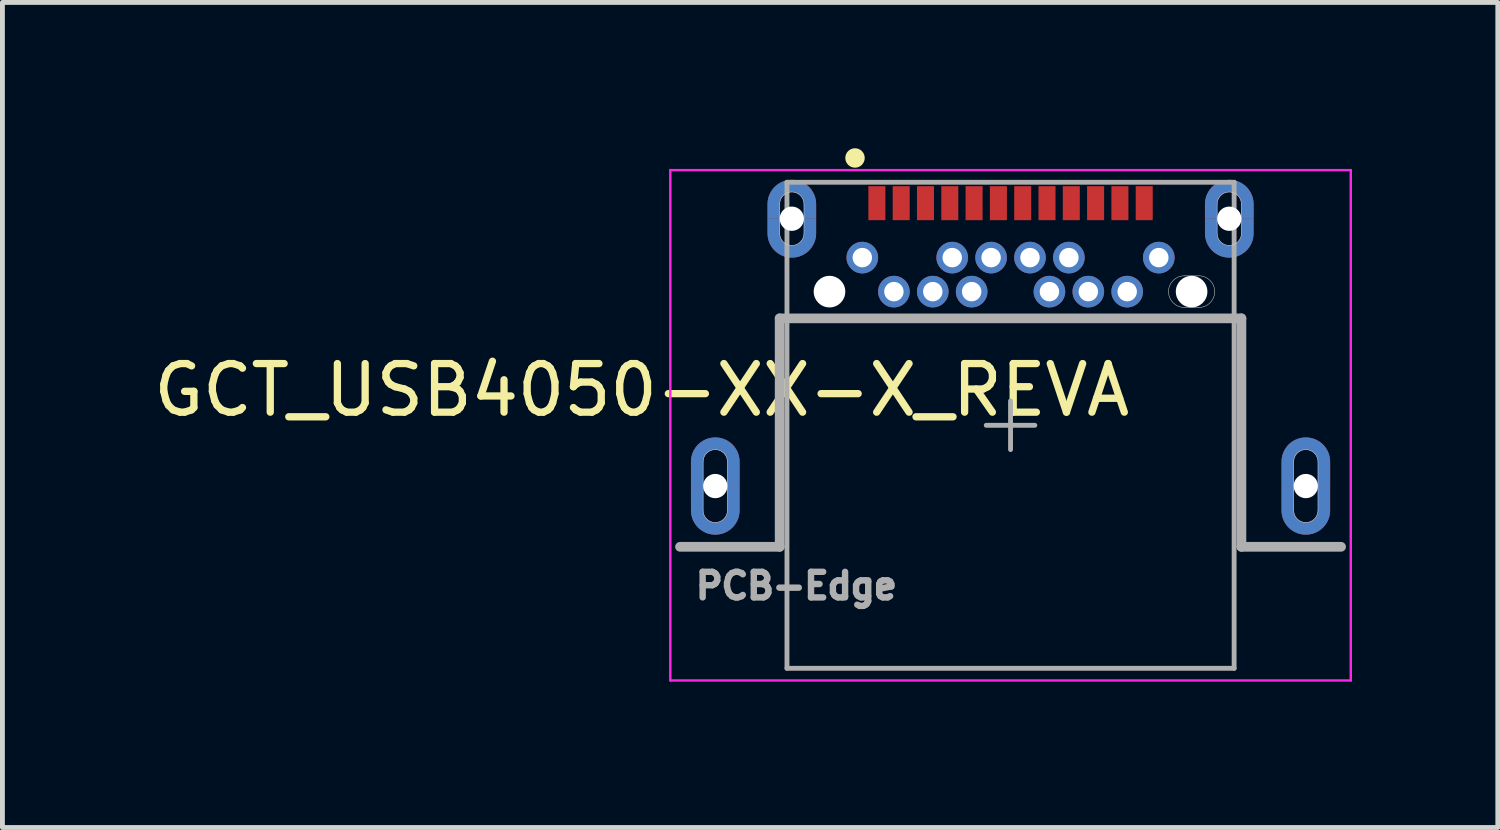
<source format=kicad_pcb>
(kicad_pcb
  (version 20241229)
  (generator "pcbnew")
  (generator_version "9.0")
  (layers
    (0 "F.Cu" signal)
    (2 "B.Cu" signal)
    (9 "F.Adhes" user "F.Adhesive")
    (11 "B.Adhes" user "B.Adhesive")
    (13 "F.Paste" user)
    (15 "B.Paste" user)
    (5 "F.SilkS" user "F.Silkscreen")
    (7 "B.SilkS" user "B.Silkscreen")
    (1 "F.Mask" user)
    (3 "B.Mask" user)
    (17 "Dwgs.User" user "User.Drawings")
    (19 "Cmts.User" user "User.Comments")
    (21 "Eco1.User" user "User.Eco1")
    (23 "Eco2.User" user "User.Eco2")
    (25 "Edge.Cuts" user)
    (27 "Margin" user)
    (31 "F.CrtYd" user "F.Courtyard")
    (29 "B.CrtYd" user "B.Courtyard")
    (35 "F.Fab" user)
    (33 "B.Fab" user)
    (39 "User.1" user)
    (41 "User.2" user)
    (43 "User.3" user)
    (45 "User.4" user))
  (footprint "GCT_USB4050-XX-X_REVA"
    (layer "F.Cu")
    (at 17.741 5.7)
    (property "Reference" "GCT_USB4050-XX-X_REVA" (at -7.588 -0.725 180) (layer "F.SilkS") (effects (font (size 1 1) (thickness 0.15))))
    (attr through_hole)
    (fp_poly (pts (xy -6.325 1.25) (xy -6.575 1.25) (xy -6.575 1.75) (xy -6.574 1.776) (xy -6.572 1.802) (xy -6.569 1.828) (xy -6.564 1.854) (xy -6.558 1.879) (xy -6.551 1.905) (xy -6.542 1.929) (xy -6.532 1.953) (xy -6.521 1.977) (xy -6.508 2) (xy -6.494 2.022) (xy -6.48 2.044) (xy -6.464 2.065) (xy -6.447 2.085) (xy -6.429 2.104) (xy -6.41 2.122) (xy -6.39 2.139) (xy -6.369 2.155) (xy -6.347 2.169) (xy -6.325 2.183) (xy -6.302 2.196) (xy -6.278 2.207) (xy -6.254 2.217) (xy -6.23 2.226) (xy -6.204 2.233) (xy -6.179 2.239) (xy -6.153 2.244) (xy -6.127 2.247) (xy -6.101 2.249) (xy -6.075 2.25) (xy -6.049 2.249) (xy -6.023 2.247) (xy -5.997 2.244) (xy -5.971 2.239) (xy -5.946 2.233) (xy -5.92 2.226) (xy -5.896 2.217) (xy -5.872 2.207) (xy -5.848 2.196) (xy -5.825 2.183) (xy -5.803 2.169) (xy -5.781 2.155) (xy -5.76 2.139) (xy -5.74 2.122) (xy -5.721 2.104) (xy -5.703 2.085) (xy -5.686 2.065) (xy -5.67 2.044) (xy -5.656 2.022) (xy -5.642 2) (xy -5.629 1.977) (xy -5.618 1.953) (xy -5.608 1.929) (xy -5.599 1.905) (xy -5.592 1.879) (xy -5.586 1.854) (xy -5.581 1.828) (xy -5.578 1.802) (xy -5.576 1.776) (xy -5.575 1.75) (xy -5.575 1.25) (xy -5.825 1.25) (xy -5.825 1.75) (xy -5.825 1.763) (xy -5.826 1.776) (xy -5.828 1.789) (xy -5.83 1.802) (xy -5.834 1.815) (xy -5.837 1.827) (xy -5.842 1.84) (xy -5.847 1.852) (xy -5.852 1.863) (xy -5.858 1.875) (xy -5.865 1.886) (xy -5.873 1.897) (xy -5.881 1.907) (xy -5.889 1.917) (xy -5.898 1.927) (xy -5.908 1.936) (xy -5.918 1.944) (xy -5.928 1.952) (xy -5.939 1.96) (xy -5.95 1.967) (xy -5.962 1.973) (xy -5.973 1.978) (xy -5.985 1.983) (xy -5.998 1.988) (xy -6.01 1.991) (xy -6.023 1.995) (xy -6.036 1.997) (xy -6.049 1.999) (xy -6.062 2) (xy -6.075 2) (xy -6.088 2) (xy -6.101 1.999) (xy -6.114 1.997) (xy -6.127 1.995) (xy -6.14 1.991) (xy -6.152 1.988) (xy -6.165 1.983) (xy -6.177 1.978) (xy -6.188 1.973) (xy -6.2 1.967) (xy -6.211 1.96) (xy -6.222 1.952) (xy -6.232 1.944) (xy -6.242 1.936) (xy -6.252 1.927) (xy -6.261 1.917) (xy -6.269 1.907) (xy -6.277 1.897) (xy -6.285 1.886) (xy -6.292 1.875) (xy -6.298 1.863) (xy -6.303 1.852) (xy -6.308 1.84) (xy -6.313 1.827) (xy -6.316 1.815) (xy -6.32 1.802) (xy -6.322 1.789) (xy -6.324 1.776) (xy -6.325 1.763) (xy -6.325 1.75) (xy -6.325 1.25)) (stroke (width 0.001) (type solid)) (fill yes) (layer "F.Cu"))
    (fp_poly (pts (xy -4.75 -4.25) (xy -5 -4.25) (xy -5 -3.95) (xy -4.999 -3.924) (xy -4.997 -3.898) (xy -4.994 -3.872) (xy -4.989 -3.846) (xy -4.983 -3.821) (xy -4.976 -3.795) (xy -4.967 -3.771) (xy -4.957 -3.747) (xy -4.946 -3.723) (xy -4.933 -3.7) (xy -4.919 -3.678) (xy -4.905 -3.656) (xy -4.889 -3.635) (xy -4.872 -3.615) (xy -4.854 -3.596) (xy -4.835 -3.578) (xy -4.815 -3.561) (xy -4.794 -3.545) (xy -4.772 -3.531) (xy -4.75 -3.517) (xy -4.727 -3.504) (xy -4.703 -3.493) (xy -4.679 -3.483) (xy -4.655 -3.474) (xy -4.629 -3.467) (xy -4.604 -3.461) (xy -4.578 -3.456) (xy -4.552 -3.453) (xy -4.526 -3.451) (xy -4.5 -3.45) (xy -4.474 -3.451) (xy -4.448 -3.453) (xy -4.422 -3.456) (xy -4.396 -3.461) (xy -4.371 -3.467) (xy -4.345 -3.474) (xy -4.321 -3.483) (xy -4.297 -3.493) (xy -4.273 -3.504) (xy -4.25 -3.517) (xy -4.228 -3.531) (xy -4.206 -3.545) (xy -4.185 -3.561) (xy -4.165 -3.578) (xy -4.146 -3.596) (xy -4.128 -3.615) (xy -4.111 -3.635) (xy -4.095 -3.656) (xy -4.081 -3.678) (xy -4.067 -3.7) (xy -4.054 -3.723) (xy -4.043 -3.747) (xy -4.033 -3.771) (xy -4.024 -3.795) (xy -4.017 -3.821) (xy -4.011 -3.846) (xy -4.006 -3.872) (xy -4.003 -3.898) (xy -4.001 -3.924) (xy -4 -3.95) (xy -4 -4.25) (xy -4.25 -4.25) (xy -4.25 -3.95) (xy -4.25 -3.937) (xy -4.251 -3.924) (xy -4.253 -3.911) (xy -4.255 -3.898) (xy -4.259 -3.885) (xy -4.262 -3.873) (xy -4.267 -3.86) (xy -4.272 -3.848) (xy -4.277 -3.837) (xy -4.283 -3.825) (xy -4.29 -3.814) (xy -4.298 -3.803) (xy -4.306 -3.793) (xy -4.314 -3.783) (xy -4.323 -3.773) (xy -4.333 -3.764) (xy -4.343 -3.756) (xy -4.353 -3.748) (xy -4.364 -3.74) (xy -4.375 -3.733) (xy -4.387 -3.727) (xy -4.398 -3.722) (xy -4.41 -3.717) (xy -4.423 -3.712) (xy -4.435 -3.709) (xy -4.448 -3.705) (xy -4.461 -3.703) (xy -4.474 -3.701) (xy -4.487 -3.7) (xy -4.5 -3.7) (xy -4.513 -3.7) (xy -4.526 -3.701) (xy -4.539 -3.703) (xy -4.552 -3.705) (xy -4.565 -3.709) (xy -4.577 -3.712) (xy -4.59 -3.717) (xy -4.602 -3.722) (xy -4.613 -3.727) (xy -4.625 -3.733) (xy -4.636 -3.74) (xy -4.647 -3.748) (xy -4.657 -3.756) (xy -4.667 -3.764) (xy -4.677 -3.773) (xy -4.686 -3.783) (xy -4.694 -3.793) (xy -4.702 -3.803) (xy -4.71 -3.814) (xy -4.717 -3.825) (xy -4.723 -3.837) (xy -4.728 -3.848) (xy -4.733 -3.86) (xy -4.738 -3.873) (xy -4.741 -3.885) (xy -4.745 -3.898) (xy -4.747 -3.911) (xy -4.749 -3.924) (xy -4.75 -3.937) (xy -4.75 -3.95) (xy -4.75 -4.25)) (stroke (width 0.001) (type solid)) (fill yes) (layer "F.Cu"))
    (fp_poly (pts (xy 4.25 -4.25) (xy 4 -4.25) (xy 4 -3.95) (xy 4.001 -3.924) (xy 4.003 -3.898) (xy 4.006 -3.872) (xy 4.011 -3.846) (xy 4.017 -3.821) (xy 4.024 -3.795) (xy 4.033 -3.771) (xy 4.043 -3.747) (xy 4.054 -3.723) (xy 4.067 -3.7) (xy 4.081 -3.678) (xy 4.095 -3.656) (xy 4.111 -3.635) (xy 4.128 -3.615) (xy 4.146 -3.596) (xy 4.165 -3.578) (xy 4.185 -3.561) (xy 4.206 -3.545) (xy 4.228 -3.531) (xy 4.25 -3.517) (xy 4.273 -3.504) (xy 4.297 -3.493) (xy 4.321 -3.483) (xy 4.345 -3.474) (xy 4.371 -3.467) (xy 4.396 -3.461) (xy 4.422 -3.456) (xy 4.448 -3.453) (xy 4.474 -3.451) (xy 4.5 -3.45) (xy 4.526 -3.451) (xy 4.552 -3.453) (xy 4.578 -3.456) (xy 4.604 -3.461) (xy 4.629 -3.467) (xy 4.655 -3.474) (xy 4.679 -3.483) (xy 4.703 -3.493) (xy 4.727 -3.504) (xy 4.75 -3.517) (xy 4.772 -3.531) (xy 4.794 -3.545) (xy 4.815 -3.561) (xy 4.835 -3.578) (xy 4.854 -3.596) (xy 4.872 -3.615) (xy 4.889 -3.635) (xy 4.905 -3.656) (xy 4.919 -3.678) (xy 4.933 -3.7) (xy 4.946 -3.723) (xy 4.957 -3.747) (xy 4.967 -3.771) (xy 4.976 -3.795) (xy 4.983 -3.821) (xy 4.989 -3.846) (xy 4.994 -3.872) (xy 4.997 -3.898) (xy 4.999 -3.924) (xy 5 -3.95) (xy 5 -4.25) (xy 4.75 -4.25) (xy 4.75 -3.95) (xy 4.75 -3.937) (xy 4.749 -3.924) (xy 4.747 -3.911) (xy 4.745 -3.898) (xy 4.741 -3.885) (xy 4.738 -3.873) (xy 4.733 -3.86) (xy 4.728 -3.848) (xy 4.723 -3.837) (xy 4.717 -3.825) (xy 4.71 -3.814) (xy 4.702 -3.803) (xy 4.694 -3.793) (xy 4.686 -3.783) (xy 4.677 -3.773) (xy 4.667 -3.764) (xy 4.657 -3.756) (xy 4.647 -3.748) (xy 4.636 -3.74) (xy 4.625 -3.733) (xy 4.613 -3.727) (xy 4.602 -3.722) (xy 4.59 -3.717) (xy 4.577 -3.712) (xy 4.565 -3.709) (xy 4.552 -3.705) (xy 4.539 -3.703) (xy 4.526 -3.701) (xy 4.513 -3.7) (xy 4.5 -3.7) (xy 4.487 -3.7) (xy 4.474 -3.701) (xy 4.461 -3.703) (xy 4.448 -3.705) (xy 4.435 -3.709) (xy 4.423 -3.712) (xy 4.41 -3.717) (xy 4.398 -3.722) (xy 4.387 -3.727) (xy 4.375 -3.733) (xy 4.364 -3.74) (xy 4.353 -3.748) (xy 4.343 -3.756) (xy 4.333 -3.764) (xy 4.323 -3.773) (xy 4.314 -3.783) (xy 4.306 -3.793) (xy 4.298 -3.803) (xy 4.29 -3.814) (xy 4.283 -3.825) (xy 4.277 -3.837) (xy 4.272 -3.848) (xy 4.267 -3.86) (xy 4.262 -3.873) (xy 4.259 -3.885) (xy 4.255 -3.898) (xy 4.253 -3.911) (xy 4.251 -3.924) (xy 4.25 -3.937) (xy 4.25 -3.95) (xy 4.25 -4.25)) (stroke (width 0.001) (type solid)) (fill yes) (layer "F.Cu"))
    (fp_poly (pts (xy 5.825 1.25) (xy 5.575 1.25) (xy 5.575 1.75) (xy 5.576 1.776) (xy 5.578 1.802) (xy 5.581 1.828) (xy 5.586 1.854) (xy 5.592 1.879) (xy 5.599 1.905) (xy 5.608 1.929) (xy 5.618 1.953) (xy 5.629 1.977) (xy 5.642 2) (xy 5.656 2.022) (xy 5.67 2.044) (xy 5.686 2.065) (xy 5.703 2.085) (xy 5.721 2.104) (xy 5.74 2.122) (xy 5.76 2.139) (xy 5.781 2.155) (xy 5.803 2.169) (xy 5.825 2.183) (xy 5.848 2.196) (xy 5.872 2.207) (xy 5.896 2.217) (xy 5.92 2.226) (xy 5.946 2.233) (xy 5.971 2.239) (xy 5.997 2.244) (xy 6.023 2.247) (xy 6.049 2.249) (xy 6.075 2.25) (xy 6.101 2.249) (xy 6.127 2.247) (xy 6.153 2.244) (xy 6.179 2.239) (xy 6.204 2.233) (xy 6.23 2.226) (xy 6.254 2.217) (xy 6.278 2.207) (xy 6.302 2.196) (xy 6.325 2.183) (xy 6.347 2.169) (xy 6.369 2.155) (xy 6.39 2.139) (xy 6.41 2.122) (xy 6.429 2.104) (xy 6.447 2.085) (xy 6.464 2.065) (xy 6.48 2.044) (xy 6.494 2.022) (xy 6.508 2) (xy 6.521 1.977) (xy 6.532 1.953) (xy 6.542 1.929) (xy 6.551 1.905) (xy 6.558 1.879) (xy 6.564 1.854) (xy 6.569 1.828) (xy 6.572 1.802) (xy 6.574 1.776) (xy 6.575 1.75) (xy 6.575 1.25) (xy 6.325 1.25) (xy 6.325 1.75) (xy 6.325 1.763) (xy 6.324 1.776) (xy 6.322 1.789) (xy 6.32 1.802) (xy 6.316 1.815) (xy 6.313 1.827) (xy 6.308 1.84) (xy 6.303 1.852) (xy 6.298 1.863) (xy 6.292 1.875) (xy 6.285 1.886) (xy 6.277 1.897) (xy 6.269 1.907) (xy 6.261 1.917) (xy 6.252 1.927) (xy 6.242 1.936) (xy 6.232 1.944) (xy 6.222 1.952) (xy 6.211 1.96) (xy 6.2 1.967) (xy 6.188 1.973) (xy 6.177 1.978) (xy 6.165 1.983) (xy 6.152 1.988) (xy 6.14 1.991) (xy 6.127 1.995) (xy 6.114 1.997) (xy 6.101 1.999) (xy 6.088 2) (xy 6.075 2) (xy 6.062 2) (xy 6.049 1.999) (xy 6.036 1.997) (xy 6.023 1.995) (xy 6.01 1.991) (xy 5.998 1.988) (xy 5.985 1.983) (xy 5.973 1.978) (xy 5.962 1.973) (xy 5.95 1.967) (xy 5.939 1.96) (xy 5.928 1.952) (xy 5.918 1.944) (xy 5.908 1.936) (xy 5.898 1.927) (xy 5.889 1.917) (xy 5.881 1.907) (xy 5.873 1.897) (xy 5.865 1.886) (xy 5.858 1.875) (xy 5.852 1.863) (xy 5.847 1.852) (xy 5.842 1.84) (xy 5.837 1.827) (xy 5.834 1.815) (xy 5.83 1.802) (xy 5.828 1.789) (xy 5.826 1.776) (xy 5.825 1.763) (xy 5.825 1.75) (xy 5.825 1.25)) (stroke (width 0.001) (type solid)) (fill yes) (layer "F.Cu"))
    (fp_poly (pts (xy -6.682 0.15) (xy -5.475 0.15) (xy -5.475 2.353) (xy -6.682 2.353)) (stroke (width 0.01) (type solid)) (fill yes) (layer "F.Mask"))
    (fp_poly (pts (xy -5.1 -5.15) (xy -3.9 -5.15) (xy -3.9 -3.35) (xy -5.1 -3.35)) (stroke (width 0.01) (type solid)) (fill yes) (layer "F.Mask"))
    (fp_poly (pts (xy 3.155 -3.175) (xy 4.3 -3.175) (xy 4.3 -2.329) (xy 3.155 -2.329)) (stroke (width 0.01) (type solid)) (fill yes) (layer "F.Mask"))
    (fp_poly (pts (xy 3.906 -5.15) (xy 5.1 -5.15) (xy 5.1 -3.355) (xy 3.906 -3.355)) (stroke (width 0.01) (type solid)) (fill yes) (layer "F.Mask"))
    (fp_poly (pts (xy 5.482 0.15) (xy 6.675 0.15) (xy 6.675 2.353) (xy 5.482 2.353)) (stroke (width 0.01) (type solid)) (fill yes) (layer "F.Mask"))
    (fp_poly (pts (xy -6.325 1.25) (xy -6.575 1.25) (xy -6.575 1.75) (xy -6.574 1.776) (xy -6.572 1.802) (xy -6.569 1.828) (xy -6.564 1.854) (xy -6.558 1.879) (xy -6.551 1.905) (xy -6.542 1.929) (xy -6.532 1.953) (xy -6.521 1.977) (xy -6.508 2) (xy -6.494 2.022) (xy -6.48 2.044) (xy -6.464 2.065) (xy -6.447 2.085) (xy -6.429 2.104) (xy -6.41 2.122) (xy -6.39 2.139) (xy -6.369 2.155) (xy -6.347 2.169) (xy -6.325 2.183) (xy -6.302 2.196) (xy -6.278 2.207) (xy -6.254 2.217) (xy -6.23 2.226) (xy -6.204 2.233) (xy -6.179 2.239) (xy -6.153 2.244) (xy -6.127 2.247) (xy -6.101 2.249) (xy -6.075 2.25) (xy -6.049 2.249) (xy -6.023 2.247) (xy -5.997 2.244) (xy -5.971 2.239) (xy -5.946 2.233) (xy -5.92 2.226) (xy -5.896 2.217) (xy -5.872 2.207) (xy -5.848 2.196) (xy -5.825 2.183) (xy -5.803 2.169) (xy -5.781 2.155) (xy -5.76 2.139) (xy -5.74 2.122) (xy -5.721 2.104) (xy -5.703 2.085) (xy -5.686 2.065) (xy -5.67 2.044) (xy -5.656 2.022) (xy -5.642 2) (xy -5.629 1.977) (xy -5.618 1.953) (xy -5.608 1.929) (xy -5.599 1.905) (xy -5.592 1.879) (xy -5.586 1.854) (xy -5.581 1.828) (xy -5.578 1.802) (xy -5.576 1.776) (xy -5.575 1.75) (xy -5.575 1.25) (xy -5.825 1.25) (xy -5.825 1.75) (xy -5.825 1.763) (xy -5.826 1.776) (xy -5.828 1.789) (xy -5.83 1.802) (xy -5.834 1.815) (xy -5.837 1.827) (xy -5.842 1.84) (xy -5.847 1.852) (xy -5.852 1.863) (xy -5.858 1.875) (xy -5.865 1.886) (xy -5.873 1.897) (xy -5.881 1.907) (xy -5.889 1.917) (xy -5.898 1.927) (xy -5.908 1.936) (xy -5.918 1.944) (xy -5.928 1.952) (xy -5.939 1.96) (xy -5.95 1.967) (xy -5.962 1.973) (xy -5.973 1.978) (xy -5.985 1.983) (xy -5.998 1.988) (xy -6.01 1.991) (xy -6.023 1.995) (xy -6.036 1.997) (xy -6.049 1.999) (xy -6.062 2) (xy -6.075 2) (xy -6.088 2) (xy -6.101 1.999) (xy -6.114 1.997) (xy -6.127 1.995) (xy -6.14 1.991) (xy -6.152 1.988) (xy -6.165 1.983) (xy -6.177 1.978) (xy -6.188 1.973) (xy -6.2 1.967) (xy -6.211 1.96) (xy -6.222 1.952) (xy -6.232 1.944) (xy -6.242 1.936) (xy -6.252 1.927) (xy -6.261 1.917) (xy -6.269 1.907) (xy -6.277 1.897) (xy -6.285 1.886) (xy -6.292 1.875) (xy -6.298 1.863) (xy -6.303 1.852) (xy -6.308 1.84) (xy -6.313 1.827) (xy -6.316 1.815) (xy -6.32 1.802) (xy -6.322 1.789) (xy -6.324 1.776) (xy -6.325 1.763) (xy -6.325 1.75) (xy -6.325 1.25)) (stroke (width 0.001) (type solid)) (fill yes) (layer "B.Cu"))
    (fp_poly (pts (xy -5.825 1.25) (xy -5.575 1.25) (xy -5.575 0.75) (xy -5.576 0.724) (xy -5.578 0.698) (xy -5.581 0.672) (xy -5.586 0.646) (xy -5.592 0.621) (xy -5.599 0.595) (xy -5.608 0.571) (xy -5.618 0.547) (xy -5.629 0.523) (xy -5.642 0.5) (xy -5.656 0.478) (xy -5.67 0.456) (xy -5.686 0.435) (xy -5.703 0.415) (xy -5.721 0.396) (xy -5.74 0.378) (xy -5.76 0.361) (xy -5.781 0.345) (xy -5.803 0.331) (xy -5.825 0.317) (xy -5.848 0.304) (xy -5.872 0.293) (xy -5.896 0.283) (xy -5.92 0.274) (xy -5.946 0.267) (xy -5.971 0.261) (xy -5.997 0.256) (xy -6.023 0.253) (xy -6.049 0.251) (xy -6.075 0.25) (xy -6.101 0.251) (xy -6.127 0.253) (xy -6.153 0.256) (xy -6.179 0.261) (xy -6.204 0.267) (xy -6.23 0.274) (xy -6.254 0.283) (xy -6.278 0.293) (xy -6.302 0.304) (xy -6.325 0.317) (xy -6.347 0.331) (xy -6.369 0.345) (xy -6.39 0.361) (xy -6.41 0.378) (xy -6.429 0.396) (xy -6.447 0.415) (xy -6.464 0.435) (xy -6.48 0.456) (xy -6.494 0.478) (xy -6.508 0.5) (xy -6.521 0.523) (xy -6.532 0.547) (xy -6.542 0.571) (xy -6.551 0.595) (xy -6.558 0.621) (xy -6.564 0.646) (xy -6.569 0.672) (xy -6.572 0.698) (xy -6.574 0.724) (xy -6.575 0.75) (xy -6.575 1.25) (xy -6.325 1.25) (xy -6.325 0.75) (xy -6.325 0.737) (xy -6.324 0.724) (xy -6.322 0.711) (xy -6.32 0.698) (xy -6.316 0.685) (xy -6.313 0.673) (xy -6.308 0.66) (xy -6.303 0.648) (xy -6.298 0.637) (xy -6.292 0.625) (xy -6.285 0.614) (xy -6.277 0.603) (xy -6.269 0.593) (xy -6.261 0.583) (xy -6.252 0.573) (xy -6.242 0.564) (xy -6.232 0.556) (xy -6.222 0.548) (xy -6.211 0.54) (xy -6.2 0.533) (xy -6.188 0.527) (xy -6.177 0.522) (xy -6.165 0.517) (xy -6.152 0.512) (xy -6.14 0.509) (xy -6.127 0.505) (xy -6.114 0.503) (xy -6.101 0.501) (xy -6.088 0.5) (xy -6.075 0.5) (xy -6.062 0.5) (xy -6.049 0.501) (xy -6.036 0.503) (xy -6.023 0.505) (xy -6.01 0.509) (xy -5.998 0.512) (xy -5.985 0.517) (xy -5.973 0.522) (xy -5.962 0.527) (xy -5.95 0.533) (xy -5.939 0.54) (xy -5.928 0.548) (xy -5.918 0.556) (xy -5.908 0.564) (xy -5.898 0.573) (xy -5.889 0.583) (xy -5.881 0.593) (xy -5.873 0.603) (xy -5.865 0.614) (xy -5.858 0.625) (xy -5.852 0.637) (xy -5.847 0.648) (xy -5.842 0.66) (xy -5.837 0.673) (xy -5.834 0.685) (xy -5.83 0.698) (xy -5.828 0.711) (xy -5.826 0.724) (xy -5.825 0.737) (xy -5.825 0.75) (xy -5.825 1.25)) (stroke (width 0.001) (type solid)) (fill yes) (layer "B.Cu"))
    (fp_poly (pts (xy -4.75 -4.25) (xy -5 -4.25) (xy -5 -3.95) (xy -4.999 -3.924) (xy -4.997 -3.898) (xy -4.994 -3.872) (xy -4.989 -3.846) (xy -4.983 -3.821) (xy -4.976 -3.795) (xy -4.967 -3.771) (xy -4.957 -3.747) (xy -4.946 -3.723) (xy -4.933 -3.7) (xy -4.919 -3.678) (xy -4.905 -3.656) (xy -4.889 -3.635) (xy -4.872 -3.615) (xy -4.854 -3.596) (xy -4.835 -3.578) (xy -4.815 -3.561) (xy -4.794 -3.545) (xy -4.772 -3.531) (xy -4.75 -3.517) (xy -4.727 -3.504) (xy -4.703 -3.493) (xy -4.679 -3.483) (xy -4.655 -3.474) (xy -4.629 -3.467) (xy -4.604 -3.461) (xy -4.578 -3.456) (xy -4.552 -3.453) (xy -4.526 -3.451) (xy -4.5 -3.45) (xy -4.474 -3.451) (xy -4.448 -3.453) (xy -4.422 -3.456) (xy -4.396 -3.461) (xy -4.371 -3.467) (xy -4.345 -3.474) (xy -4.321 -3.483) (xy -4.297 -3.493) (xy -4.273 -3.504) (xy -4.25 -3.517) (xy -4.228 -3.531) (xy -4.206 -3.545) (xy -4.185 -3.561) (xy -4.165 -3.578) (xy -4.146 -3.596) (xy -4.128 -3.615) (xy -4.111 -3.635) (xy -4.095 -3.656) (xy -4.081 -3.678) (xy -4.067 -3.7) (xy -4.054 -3.723) (xy -4.043 -3.747) (xy -4.033 -3.771) (xy -4.024 -3.795) (xy -4.017 -3.821) (xy -4.011 -3.846) (xy -4.006 -3.872) (xy -4.003 -3.898) (xy -4.001 -3.924) (xy -4 -3.95) (xy -4 -4.25) (xy -4.25 -4.25) (xy -4.25 -3.95) (xy -4.25 -3.937) (xy -4.251 -3.924) (xy -4.253 -3.911) (xy -4.255 -3.898) (xy -4.259 -3.885) (xy -4.262 -3.873) (xy -4.267 -3.86) (xy -4.272 -3.848) (xy -4.277 -3.837) (xy -4.283 -3.825) (xy -4.29 -3.814) (xy -4.298 -3.803) (xy -4.306 -3.793) (xy -4.314 -3.783) (xy -4.323 -3.773) (xy -4.333 -3.764) (xy -4.343 -3.756) (xy -4.353 -3.748) (xy -4.364 -3.74) (xy -4.375 -3.733) (xy -4.387 -3.727) (xy -4.398 -3.722) (xy -4.41 -3.717) (xy -4.423 -3.712) (xy -4.435 -3.709) (xy -4.448 -3.705) (xy -4.461 -3.703) (xy -4.474 -3.701) (xy -4.487 -3.7) (xy -4.5 -3.7) (xy -4.513 -3.7) (xy -4.526 -3.701) (xy -4.539 -3.703) (xy -4.552 -3.705) (xy -4.565 -3.709) (xy -4.577 -3.712) (xy -4.59 -3.717) (xy -4.602 -3.722) (xy -4.613 -3.727) (xy -4.625 -3.733) (xy -4.636 -3.74) (xy -4.647 -3.748) (xy -4.657 -3.756) (xy -4.667 -3.764) (xy -4.677 -3.773) (xy -4.686 -3.783) (xy -4.694 -3.793) (xy -4.702 -3.803) (xy -4.71 -3.814) (xy -4.717 -3.825) (xy -4.723 -3.837) (xy -4.728 -3.848) (xy -4.733 -3.86) (xy -4.738 -3.873) (xy -4.741 -3.885) (xy -4.745 -3.898) (xy -4.747 -3.911) (xy -4.749 -3.924) (xy -4.75 -3.937) (xy -4.75 -3.95) (xy -4.75 -4.25)) (stroke (width 0.001) (type solid)) (fill yes) (layer "B.Cu"))
    (fp_poly (pts (xy -4.25 -4.25) (xy -4 -4.25) (xy -4 -4.55) (xy -4.001 -4.576) (xy -4.003 -4.602) (xy -4.006 -4.628) (xy -4.011 -4.654) (xy -4.017 -4.679) (xy -4.024 -4.705) (xy -4.033 -4.729) (xy -4.043 -4.753) (xy -4.054 -4.777) (xy -4.067 -4.8) (xy -4.081 -4.822) (xy -4.095 -4.844) (xy -4.111 -4.865) (xy -4.128 -4.885) (xy -4.146 -4.904) (xy -4.165 -4.922) (xy -4.185 -4.939) (xy -4.206 -4.955) (xy -4.228 -4.969) (xy -4.25 -4.983) (xy -4.273 -4.996) (xy -4.297 -5.007) (xy -4.321 -5.017) (xy -4.345 -5.026) (xy -4.371 -5.033) (xy -4.396 -5.039) (xy -4.422 -5.044) (xy -4.448 -5.047) (xy -4.474 -5.049) (xy -4.5 -5.05) (xy -4.526 -5.049) (xy -4.552 -5.047) (xy -4.578 -5.044) (xy -4.604 -5.039) (xy -4.629 -5.033) (xy -4.655 -5.026) (xy -4.679 -5.017) (xy -4.703 -5.007) (xy -4.727 -4.996) (xy -4.75 -4.983) (xy -4.772 -4.969) (xy -4.794 -4.955) (xy -4.815 -4.939) (xy -4.835 -4.922) (xy -4.854 -4.904) (xy -4.872 -4.885) (xy -4.889 -4.865) (xy -4.905 -4.844) (xy -4.919 -4.822) (xy -4.933 -4.8) (xy -4.946 -4.777) (xy -4.957 -4.753) (xy -4.967 -4.729) (xy -4.976 -4.705) (xy -4.983 -4.679) (xy -4.989 -4.654) (xy -4.994 -4.628) (xy -4.997 -4.602) (xy -4.999 -4.576) (xy -5 -4.55) (xy -5 -4.25) (xy -4.75 -4.25) (xy -4.75 -4.55) (xy -4.75 -4.563) (xy -4.749 -4.576) (xy -4.747 -4.589) (xy -4.745 -4.602) (xy -4.741 -4.615) (xy -4.738 -4.627) (xy -4.733 -4.64) (xy -4.728 -4.652) (xy -4.723 -4.663) (xy -4.717 -4.675) (xy -4.71 -4.686) (xy -4.702 -4.697) (xy -4.694 -4.707) (xy -4.686 -4.717) (xy -4.677 -4.727) (xy -4.667 -4.736) (xy -4.657 -4.744) (xy -4.647 -4.752) (xy -4.636 -4.76) (xy -4.625 -4.767) (xy -4.613 -4.773) (xy -4.602 -4.778) (xy -4.59 -4.783) (xy -4.577 -4.788) (xy -4.565 -4.791) (xy -4.552 -4.795) (xy -4.539 -4.797) (xy -4.526 -4.799) (xy -4.513 -4.8) (xy -4.5 -4.8) (xy -4.487 -4.8) (xy -4.474 -4.799) (xy -4.461 -4.797) (xy -4.448 -4.795) (xy -4.435 -4.791) (xy -4.423 -4.788) (xy -4.41 -4.783) (xy -4.398 -4.778) (xy -4.387 -4.773) (xy -4.375 -4.767) (xy -4.364 -4.76) (xy -4.353 -4.752) (xy -4.343 -4.744) (xy -4.333 -4.736) (xy -4.323 -4.727) (xy -4.314 -4.717) (xy -4.306 -4.707) (xy -4.298 -4.697) (xy -4.29 -4.686) (xy -4.283 -4.675) (xy -4.277 -4.663) (xy -4.272 -4.652) (xy -4.267 -4.64) (xy -4.262 -4.627) (xy -4.259 -4.615) (xy -4.255 -4.602) (xy -4.253 -4.589) (xy -4.251 -4.576) (xy -4.25 -4.563) (xy -4.25 -4.55) (xy -4.25 -4.25)) (stroke (width 0.001) (type solid)) (fill yes) (layer "B.Cu"))
    (fp_poly (pts (xy 4.25 -4.25) (xy 4 -4.25) (xy 4 -3.95) (xy 4.001 -3.924) (xy 4.003 -3.898) (xy 4.006 -3.872) (xy 4.011 -3.846) (xy 4.017 -3.821) (xy 4.024 -3.795) (xy 4.033 -3.771) (xy 4.043 -3.747) (xy 4.054 -3.723) (xy 4.067 -3.7) (xy 4.081 -3.678) (xy 4.095 -3.656) (xy 4.111 -3.635) (xy 4.128 -3.615) (xy 4.146 -3.596) (xy 4.165 -3.578) (xy 4.185 -3.561) (xy 4.206 -3.545) (xy 4.228 -3.531) (xy 4.25 -3.517) (xy 4.273 -3.504) (xy 4.297 -3.493) (xy 4.321 -3.483) (xy 4.345 -3.474) (xy 4.371 -3.467) (xy 4.396 -3.461) (xy 4.422 -3.456) (xy 4.448 -3.453) (xy 4.474 -3.451) (xy 4.5 -3.45) (xy 4.526 -3.451) (xy 4.552 -3.453) (xy 4.578 -3.456) (xy 4.604 -3.461) (xy 4.629 -3.467) (xy 4.655 -3.474) (xy 4.679 -3.483) (xy 4.703 -3.493) (xy 4.727 -3.504) (xy 4.75 -3.517) (xy 4.772 -3.531) (xy 4.794 -3.545) (xy 4.815 -3.561) (xy 4.835 -3.578) (xy 4.854 -3.596) (xy 4.872 -3.615) (xy 4.889 -3.635) (xy 4.905 -3.656) (xy 4.919 -3.678) (xy 4.933 -3.7) (xy 4.946 -3.723) (xy 4.957 -3.747) (xy 4.967 -3.771) (xy 4.976 -3.795) (xy 4.983 -3.821) (xy 4.989 -3.846) (xy 4.994 -3.872) (xy 4.997 -3.898) (xy 4.999 -3.924) (xy 5 -3.95) (xy 5 -4.25) (xy 4.75 -4.25) (xy 4.75 -3.95) (xy 4.75 -3.937) (xy 4.749 -3.924) (xy 4.747 -3.911) (xy 4.745 -3.898) (xy 4.741 -3.885) (xy 4.738 -3.873) (xy 4.733 -3.86) (xy 4.728 -3.848) (xy 4.723 -3.837) (xy 4.717 -3.825) (xy 4.71 -3.814) (xy 4.702 -3.803) (xy 4.694 -3.793) (xy 4.686 -3.783) (xy 4.677 -3.773) (xy 4.667 -3.764) (xy 4.657 -3.756) (xy 4.647 -3.748) (xy 4.636 -3.74) (xy 4.625 -3.733) (xy 4.613 -3.727) (xy 4.602 -3.722) (xy 4.59 -3.717) (xy 4.577 -3.712) (xy 4.565 -3.709) (xy 4.552 -3.705) (xy 4.539 -3.703) (xy 4.526 -3.701) (xy 4.513 -3.7) (xy 4.5 -3.7) (xy 4.487 -3.7) (xy 4.474 -3.701) (xy 4.461 -3.703) (xy 4.448 -3.705) (xy 4.435 -3.709) (xy 4.423 -3.712) (xy 4.41 -3.717) (xy 4.398 -3.722) (xy 4.387 -3.727) (xy 4.375 -3.733) (xy 4.364 -3.74) (xy 4.353 -3.748) (xy 4.343 -3.756) (xy 4.333 -3.764) (xy 4.323 -3.773) (xy 4.314 -3.783) (xy 4.306 -3.793) (xy 4.298 -3.803) (xy 4.29 -3.814) (xy 4.283 -3.825) (xy 4.277 -3.837) (xy 4.272 -3.848) (xy 4.267 -3.86) (xy 4.262 -3.873) (xy 4.259 -3.885) (xy 4.255 -3.898) (xy 4.253 -3.911) (xy 4.251 -3.924) (xy 4.25 -3.937) (xy 4.25 -3.95) (xy 4.25 -4.25)) (stroke (width 0.001) (type solid)) (fill yes) (layer "B.Cu"))
    (fp_poly (pts (xy 4.75 -4.25) (xy 5 -4.25) (xy 5 -4.55) (xy 4.999 -4.576) (xy 4.997 -4.602) (xy 4.994 -4.628) (xy 4.989 -4.654) (xy 4.983 -4.679) (xy 4.976 -4.705) (xy 4.967 -4.729) (xy 4.957 -4.753) (xy 4.946 -4.777) (xy 4.933 -4.8) (xy 4.919 -4.822) (xy 4.905 -4.844) (xy 4.889 -4.865) (xy 4.872 -4.885) (xy 4.854 -4.904) (xy 4.835 -4.922) (xy 4.815 -4.939) (xy 4.794 -4.955) (xy 4.772 -4.969) (xy 4.75 -4.983) (xy 4.727 -4.996) (xy 4.703 -5.007) (xy 4.679 -5.017) (xy 4.655 -5.026) (xy 4.629 -5.033) (xy 4.604 -5.039) (xy 4.578 -5.044) (xy 4.552 -5.047) (xy 4.526 -5.049) (xy 4.5 -5.05) (xy 4.474 -5.049) (xy 4.448 -5.047) (xy 4.422 -5.044) (xy 4.396 -5.039) (xy 4.371 -5.033) (xy 4.345 -5.026) (xy 4.321 -5.017) (xy 4.297 -5.007) (xy 4.273 -4.996) (xy 4.25 -4.983) (xy 4.228 -4.969) (xy 4.206 -4.955) (xy 4.185 -4.939) (xy 4.165 -4.922) (xy 4.146 -4.904) (xy 4.128 -4.885) (xy 4.111 -4.865) (xy 4.095 -4.844) (xy 4.081 -4.822) (xy 4.067 -4.8) (xy 4.054 -4.777) (xy 4.043 -4.753) (xy 4.033 -4.729) (xy 4.024 -4.705) (xy 4.017 -4.679) (xy 4.011 -4.654) (xy 4.006 -4.628) (xy 4.003 -4.602) (xy 4.001 -4.576) (xy 4 -4.55) (xy 4 -4.25) (xy 4.25 -4.25) (xy 4.25 -4.55) (xy 4.25 -4.563) (xy 4.251 -4.576) (xy 4.253 -4.589) (xy 4.255 -4.602) (xy 4.259 -4.615) (xy 4.262 -4.627) (xy 4.267 -4.64) (xy 4.272 -4.652) (xy 4.277 -4.663) (xy 4.283 -4.675) (xy 4.29 -4.686) (xy 4.298 -4.697) (xy 4.306 -4.707) (xy 4.314 -4.717) (xy 4.323 -4.727) (xy 4.333 -4.736) (xy 4.343 -4.744) (xy 4.353 -4.752) (xy 4.364 -4.76) (xy 4.375 -4.767) (xy 4.387 -4.773) (xy 4.398 -4.778) (xy 4.41 -4.783) (xy 4.423 -4.788) (xy 4.435 -4.791) (xy 4.448 -4.795) (xy 4.461 -4.797) (xy 4.474 -4.799) (xy 4.487 -4.8) (xy 4.5 -4.8) (xy 4.513 -4.8) (xy 4.526 -4.799) (xy 4.539 -4.797) (xy 4.552 -4.795) (xy 4.565 -4.791) (xy 4.577 -4.788) (xy 4.59 -4.783) (xy 4.602 -4.778) (xy 4.613 -4.773) (xy 4.625 -4.767) (xy 4.636 -4.76) (xy 4.647 -4.752) (xy 4.657 -4.744) (xy 4.667 -4.736) (xy 4.677 -4.727) (xy 4.686 -4.717) (xy 4.694 -4.707) (xy 4.702 -4.697) (xy 4.71 -4.686) (xy 4.717 -4.675) (xy 4.723 -4.663) (xy 4.728 -4.652) (xy 4.733 -4.64) (xy 4.738 -4.627) (xy 4.741 -4.615) (xy 4.745 -4.602) (xy 4.747 -4.589) (xy 4.749 -4.576) (xy 4.75 -4.563) (xy 4.75 -4.55) (xy 4.75 -4.25)) (stroke (width 0.001) (type solid)) (fill yes) (layer "B.Cu"))
    (fp_poly (pts (xy 5.825 1.25) (xy 5.575 1.25) (xy 5.575 1.75) (xy 5.576 1.776) (xy 5.578 1.802) (xy 5.581 1.828) (xy 5.586 1.854) (xy 5.592 1.879) (xy 5.599 1.905) (xy 5.608 1.929) (xy 5.618 1.953) (xy 5.629 1.977) (xy 5.642 2) (xy 5.656 2.022) (xy 5.67 2.044) (xy 5.686 2.065) (xy 5.703 2.085) (xy 5.721 2.104) (xy 5.74 2.122) (xy 5.76 2.139) (xy 5.781 2.155) (xy 5.803 2.169) (xy 5.825 2.183) (xy 5.848 2.196) (xy 5.872 2.207) (xy 5.896 2.217) (xy 5.92 2.226) (xy 5.946 2.233) (xy 5.971 2.239) (xy 5.997 2.244) (xy 6.023 2.247) (xy 6.049 2.249) (xy 6.075 2.25) (xy 6.101 2.249) (xy 6.127 2.247) (xy 6.153 2.244) (xy 6.179 2.239) (xy 6.204 2.233) (xy 6.23 2.226) (xy 6.254 2.217) (xy 6.278 2.207) (xy 6.302 2.196) (xy 6.325 2.183) (xy 6.347 2.169) (xy 6.369 2.155) (xy 6.39 2.139) (xy 6.41 2.122) (xy 6.429 2.104) (xy 6.447 2.085) (xy 6.464 2.065) (xy 6.48 2.044) (xy 6.494 2.022) (xy 6.508 2) (xy 6.521 1.977) (xy 6.532 1.953) (xy 6.542 1.929) (xy 6.551 1.905) (xy 6.558 1.879) (xy 6.564 1.854) (xy 6.569 1.828) (xy 6.572 1.802) (xy 6.574 1.776) (xy 6.575 1.75) (xy 6.575 1.25) (xy 6.325 1.25) (xy 6.325 1.75) (xy 6.325 1.763) (xy 6.324 1.776) (xy 6.322 1.789) (xy 6.32 1.802) (xy 6.316 1.815) (xy 6.313 1.827) (xy 6.308 1.84) (xy 6.303 1.852) (xy 6.298 1.863) (xy 6.292 1.875) (xy 6.285 1.886) (xy 6.277 1.897) (xy 6.269 1.907) (xy 6.261 1.917) (xy 6.252 1.927) (xy 6.242 1.936) (xy 6.232 1.944) (xy 6.222 1.952) (xy 6.211 1.96) (xy 6.2 1.967) (xy 6.188 1.973) (xy 6.177 1.978) (xy 6.165 1.983) (xy 6.152 1.988) (xy 6.14 1.991) (xy 6.127 1.995) (xy 6.114 1.997) (xy 6.101 1.999) (xy 6.088 2) (xy 6.075 2) (xy 6.062 2) (xy 6.049 1.999) (xy 6.036 1.997) (xy 6.023 1.995) (xy 6.01 1.991) (xy 5.998 1.988) (xy 5.985 1.983) (xy 5.973 1.978) (xy 5.962 1.973) (xy 5.95 1.967) (xy 5.939 1.96) (xy 5.928 1.952) (xy 5.918 1.944) (xy 5.908 1.936) (xy 5.898 1.927) (xy 5.889 1.917) (xy 5.881 1.907) (xy 5.873 1.897) (xy 5.865 1.886) (xy 5.858 1.875) (xy 5.852 1.863) (xy 5.847 1.852) (xy 5.842 1.84) (xy 5.837 1.827) (xy 5.834 1.815) (xy 5.83 1.802) (xy 5.828 1.789) (xy 5.826 1.776) (xy 5.825 1.763) (xy 5.825 1.75) (xy 5.825 1.25)) (stroke (width 0.001) (type solid)) (fill yes) (layer "B.Cu"))
    (fp_poly (pts (xy 6.325 1.25) (xy 6.575 1.25) (xy 6.575 0.75) (xy 6.574 0.724) (xy 6.572 0.698) (xy 6.569 0.672) (xy 6.564 0.646) (xy 6.558 0.621) (xy 6.551 0.595) (xy 6.542 0.571) (xy 6.532 0.547) (xy 6.521 0.523) (xy 6.508 0.5) (xy 6.494 0.478) (xy 6.48 0.456) (xy 6.464 0.435) (xy 6.447 0.415) (xy 6.429 0.396) (xy 6.41 0.378) (xy 6.39 0.361) (xy 6.369 0.345) (xy 6.347 0.331) (xy 6.325 0.317) (xy 6.302 0.304) (xy 6.278 0.293) (xy 6.254 0.283) (xy 6.23 0.274) (xy 6.204 0.267) (xy 6.179 0.261) (xy 6.153 0.256) (xy 6.127 0.253) (xy 6.101 0.251) (xy 6.075 0.25) (xy 6.049 0.251) (xy 6.023 0.253) (xy 5.997 0.256) (xy 5.971 0.261) (xy 5.946 0.267) (xy 5.92 0.274) (xy 5.896 0.283) (xy 5.872 0.293) (xy 5.848 0.304) (xy 5.825 0.317) (xy 5.803 0.331) (xy 5.781 0.345) (xy 5.76 0.361) (xy 5.74 0.378) (xy 5.721 0.396) (xy 5.703 0.415) (xy 5.686 0.435) (xy 5.67 0.456) (xy 5.656 0.478) (xy 5.642 0.5) (xy 5.629 0.523) (xy 5.618 0.547) (xy 5.608 0.571) (xy 5.599 0.595) (xy 5.592 0.621) (xy 5.586 0.646) (xy 5.581 0.672) (xy 5.578 0.698) (xy 5.576 0.724) (xy 5.575 0.75) (xy 5.575 1.25) (xy 5.825 1.25) (xy 5.825 0.75) (xy 5.825 0.737) (xy 5.826 0.724) (xy 5.828 0.711) (xy 5.83 0.698) (xy 5.834 0.685) (xy 5.837 0.673) (xy 5.842 0.66) (xy 5.847 0.648) (xy 5.852 0.637) (xy 5.858 0.625) (xy 5.865 0.614) (xy 5.873 0.603) (xy 5.881 0.593) (xy 5.889 0.583) (xy 5.898 0.573) (xy 5.908 0.564) (xy 5.918 0.556) (xy 5.928 0.548) (xy 5.939 0.54) (xy 5.95 0.533) (xy 5.962 0.527) (xy 5.973 0.522) (xy 5.985 0.517) (xy 5.998 0.512) (xy 6.01 0.509) (xy 6.023 0.505) (xy 6.036 0.503) (xy 6.049 0.501) (xy 6.062 0.5) (xy 6.075 0.5) (xy 6.088 0.5) (xy 6.101 0.501) (xy 6.114 0.503) (xy 6.127 0.505) (xy 6.14 0.509) (xy 6.152 0.512) (xy 6.165 0.517) (xy 6.177 0.522) (xy 6.188 0.527) (xy 6.2 0.533) (xy 6.211 0.54) (xy 6.222 0.548) (xy 6.232 0.556) (xy 6.242 0.564) (xy 6.252 0.573) (xy 6.261 0.583) (xy 6.269 0.593) (xy 6.277 0.603) (xy 6.285 0.614) (xy 6.292 0.625) (xy 6.298 0.637) (xy 6.303 0.648) (xy 6.308 0.66) (xy 6.313 0.673) (xy 6.316 0.685) (xy 6.32 0.698) (xy 6.322 0.711) (xy 6.324 0.724) (xy 6.325 0.737) (xy 6.325 0.75) (xy 6.325 1.25)) (stroke (width 0.001) (type solid)) (fill yes) (layer "B.Cu"))
    (fp_poly (pts (xy -6.676 0.15) (xy -5.475 0.15) (xy -5.475 2.35) (xy -6.676 2.35)) (stroke (width 0.01) (type solid)) (fill yes) (layer "B.Mask"))
    (fp_poly (pts (xy -5.102 -5.15) (xy -3.9 -5.15) (xy -3.9 -3.352) (xy -5.102 -3.352)) (stroke (width 0.01) (type solid)) (fill yes) (layer "B.Mask"))
    (fp_poly (pts (xy 3.151 -3.175) (xy 4.3 -3.175) (xy 4.3 -2.326) (xy 3.151 -2.326)) (stroke (width 0.01) (type solid)) (fill yes) (layer "B.Mask"))
    (fp_poly (pts (xy 3.9 -5.15) (xy 5.1 -5.15) (xy 5.1 -3.35) (xy 3.9 -3.35)) (stroke (width 0.01) (type solid)) (fill yes) (layer "B.Mask"))
    (fp_poly (pts (xy 5.486 0.15) (xy 6.675 0.15) (xy 6.675 2.355) (xy 5.486 2.355)) (stroke (width 0.01) (type solid)) (fill yes) (layer "B.Mask"))
    (fp_circle (center -3.2 -5.5) (end -3.1 -5.5) (stroke (width 0.2) (type solid)) (fill no) (layer "F.SilkS"))
    (fp_poly (pts (xy -6.325 1.25) (xy -6.575 1.25) (xy -6.575 1.75) (xy -6.574 1.776) (xy -6.572 1.802) (xy -6.569 1.828) (xy -6.564 1.854) (xy -6.558 1.879) (xy -6.551 1.905) (xy -6.542 1.929) (xy -6.532 1.953) (xy -6.521 1.977) (xy -6.508 2) (xy -6.494 2.022) (xy -6.48 2.044) (xy -6.464 2.065) (xy -6.447 2.085) (xy -6.429 2.104) (xy -6.41 2.122) (xy -6.39 2.139) (xy -6.369 2.155) (xy -6.347 2.169) (xy -6.325 2.183) (xy -6.302 2.196) (xy -6.278 2.207) (xy -6.254 2.217) (xy -6.23 2.226) (xy -6.204 2.233) (xy -6.179 2.239) (xy -6.153 2.244) (xy -6.127 2.247) (xy -6.101 2.249) (xy -6.075 2.25) (xy -6.049 2.249) (xy -6.023 2.247) (xy -5.997 2.244) (xy -5.971 2.239) (xy -5.946 2.233) (xy -5.92 2.226) (xy -5.896 2.217) (xy -5.872 2.207) (xy -5.848 2.196) (xy -5.825 2.183) (xy -5.803 2.169) (xy -5.781 2.155) (xy -5.76 2.139) (xy -5.74 2.122) (xy -5.721 2.104) (xy -5.703 2.085) (xy -5.686 2.065) (xy -5.67 2.044) (xy -5.656 2.022) (xy -5.642 2) (xy -5.629 1.977) (xy -5.618 1.953) (xy -5.608 1.929) (xy -5.599 1.905) (xy -5.592 1.879) (xy -5.586 1.854) (xy -5.581 1.828) (xy -5.578 1.802) (xy -5.576 1.776) (xy -5.575 1.75) (xy -5.575 1.25) (xy -5.825 1.25) (xy -5.825 1.75) (xy -5.825 1.763) (xy -5.826 1.776) (xy -5.828 1.789) (xy -5.83 1.802) (xy -5.834 1.815) (xy -5.837 1.827) (xy -5.842 1.84) (xy -5.847 1.852) (xy -5.852 1.863) (xy -5.858 1.875) (xy -5.865 1.886) (xy -5.873 1.897) (xy -5.881 1.907) (xy -5.889 1.917) (xy -5.898 1.927) (xy -5.908 1.936) (xy -5.918 1.944) (xy -5.928 1.952) (xy -5.939 1.96) (xy -5.95 1.967) (xy -5.962 1.973) (xy -5.973 1.978) (xy -5.985 1.983) (xy -5.998 1.988) (xy -6.01 1.991) (xy -6.023 1.995) (xy -6.036 1.997) (xy -6.049 1.999) (xy -6.062 2) (xy -6.075 2) (xy -6.088 2) (xy -6.101 1.999) (xy -6.114 1.997) (xy -6.127 1.995) (xy -6.14 1.991) (xy -6.152 1.988) (xy -6.165 1.983) (xy -6.177 1.978) (xy -6.188 1.973) (xy -6.2 1.967) (xy -6.211 1.96) (xy -6.222 1.952) (xy -6.232 1.944) (xy -6.242 1.936) (xy -6.252 1.927) (xy -6.261 1.917) (xy -6.269 1.907) (xy -6.277 1.897) (xy -6.285 1.886) (xy -6.292 1.875) (xy -6.298 1.863) (xy -6.303 1.852) (xy -6.308 1.84) (xy -6.313 1.827) (xy -6.316 1.815) (xy -6.32 1.802) (xy -6.322 1.789) (xy -6.324 1.776) (xy -6.325 1.763) (xy -6.325 1.75) (xy -6.325 1.25)) (stroke (width 0.001) (type solid)) (fill yes) (layer "F.Paste"))
    (fp_poly (pts (xy -5.825 1.25) (xy -5.575 1.25) (xy -5.575 0.75) (xy -5.576 0.724) (xy -5.578 0.698) (xy -5.581 0.672) (xy -5.586 0.646) (xy -5.592 0.621) (xy -5.599 0.595) (xy -5.608 0.571) (xy -5.618 0.547) (xy -5.629 0.523) (xy -5.642 0.5) (xy -5.656 0.478) (xy -5.67 0.456) (xy -5.686 0.435) (xy -5.703 0.415) (xy -5.721 0.396) (xy -5.74 0.378) (xy -5.76 0.361) (xy -5.781 0.345) (xy -5.803 0.331) (xy -5.825 0.317) (xy -5.848 0.304) (xy -5.872 0.293) (xy -5.896 0.283) (xy -5.92 0.274) (xy -5.946 0.267) (xy -5.971 0.261) (xy -5.997 0.256) (xy -6.023 0.253) (xy -6.049 0.251) (xy -6.075 0.25) (xy -6.101 0.251) (xy -6.127 0.253) (xy -6.153 0.256) (xy -6.179 0.261) (xy -6.204 0.267) (xy -6.23 0.274) (xy -6.254 0.283) (xy -6.278 0.293) (xy -6.302 0.304) (xy -6.325 0.317) (xy -6.347 0.331) (xy -6.369 0.345) (xy -6.39 0.361) (xy -6.41 0.378) (xy -6.429 0.396) (xy -6.447 0.415) (xy -6.464 0.435) (xy -6.48 0.456) (xy -6.494 0.478) (xy -6.508 0.5) (xy -6.521 0.523) (xy -6.532 0.547) (xy -6.542 0.571) (xy -6.551 0.595) (xy -6.558 0.621) (xy -6.564 0.646) (xy -6.569 0.672) (xy -6.572 0.698) (xy -6.574 0.724) (xy -6.575 0.75) (xy -6.575 1.25) (xy -6.325 1.25) (xy -6.325 0.75) (xy -6.325 0.737) (xy -6.324 0.724) (xy -6.322 0.711) (xy -6.32 0.698) (xy -6.316 0.685) (xy -6.313 0.673) (xy -6.308 0.66) (xy -6.303 0.648) (xy -6.298 0.637) (xy -6.292 0.625) (xy -6.285 0.614) (xy -6.277 0.603) (xy -6.269 0.593) (xy -6.261 0.583) (xy -6.252 0.573) (xy -6.242 0.564) (xy -6.232 0.556) (xy -6.222 0.548) (xy -6.211 0.54) (xy -6.2 0.533) (xy -6.188 0.527) (xy -6.177 0.522) (xy -6.165 0.517) (xy -6.152 0.512) (xy -6.14 0.509) (xy -6.127 0.505) (xy -6.114 0.503) (xy -6.101 0.501) (xy -6.088 0.5) (xy -6.075 0.5) (xy -6.062 0.5) (xy -6.049 0.501) (xy -6.036 0.503) (xy -6.023 0.505) (xy -6.01 0.509) (xy -5.998 0.512) (xy -5.985 0.517) (xy -5.973 0.522) (xy -5.962 0.527) (xy -5.95 0.533) (xy -5.939 0.54) (xy -5.928 0.548) (xy -5.918 0.556) (xy -5.908 0.564) (xy -5.898 0.573) (xy -5.889 0.583) (xy -5.881 0.593) (xy -5.873 0.603) (xy -5.865 0.614) (xy -5.858 0.625) (xy -5.852 0.637) (xy -5.847 0.648) (xy -5.842 0.66) (xy -5.837 0.673) (xy -5.834 0.685) (xy -5.83 0.698) (xy -5.828 0.711) (xy -5.826 0.724) (xy -5.825 0.737) (xy -5.825 0.75) (xy -5.825 1.25)) (stroke (width 0.001) (type solid)) (fill yes) (layer "F.Paste"))
    (fp_poly (pts (xy -4.75 -4.25) (xy -5 -4.25) (xy -5 -3.95) (xy -4.999 -3.924) (xy -4.997 -3.898) (xy -4.994 -3.872) (xy -4.989 -3.846) (xy -4.983 -3.821) (xy -4.976 -3.795) (xy -4.967 -3.771) (xy -4.957 -3.747) (xy -4.946 -3.723) (xy -4.933 -3.7) (xy -4.919 -3.678) (xy -4.905 -3.656) (xy -4.889 -3.635) (xy -4.872 -3.615) (xy -4.854 -3.596) (xy -4.835 -3.578) (xy -4.815 -3.561) (xy -4.794 -3.545) (xy -4.772 -3.531) (xy -4.75 -3.517) (xy -4.727 -3.504) (xy -4.703 -3.493) (xy -4.679 -3.483) (xy -4.655 -3.474) (xy -4.629 -3.467) (xy -4.604 -3.461) (xy -4.578 -3.456) (xy -4.552 -3.453) (xy -4.526 -3.451) (xy -4.5 -3.45) (xy -4.474 -3.451) (xy -4.448 -3.453) (xy -4.422 -3.456) (xy -4.396 -3.461) (xy -4.371 -3.467) (xy -4.345 -3.474) (xy -4.321 -3.483) (xy -4.297 -3.493) (xy -4.273 -3.504) (xy -4.25 -3.517) (xy -4.228 -3.531) (xy -4.206 -3.545) (xy -4.185 -3.561) (xy -4.165 -3.578) (xy -4.146 -3.596) (xy -4.128 -3.615) (xy -4.111 -3.635) (xy -4.095 -3.656) (xy -4.081 -3.678) (xy -4.067 -3.7) (xy -4.054 -3.723) (xy -4.043 -3.747) (xy -4.033 -3.771) (xy -4.024 -3.795) (xy -4.017 -3.821) (xy -4.011 -3.846) (xy -4.006 -3.872) (xy -4.003 -3.898) (xy -4.001 -3.924) (xy -4 -3.95) (xy -4 -4.25) (xy -4.25 -4.25) (xy -4.25 -3.95) (xy -4.25 -3.937) (xy -4.251 -3.924) (xy -4.253 -3.911) (xy -4.255 -3.898) (xy -4.259 -3.885) (xy -4.262 -3.873) (xy -4.267 -3.86) (xy -4.272 -3.848) (xy -4.277 -3.837) (xy -4.283 -3.825) (xy -4.29 -3.814) (xy -4.298 -3.803) (xy -4.306 -3.793) (xy -4.314 -3.783) (xy -4.323 -3.773) (xy -4.333 -3.764) (xy -4.343 -3.756) (xy -4.353 -3.748) (xy -4.364 -3.74) (xy -4.375 -3.733) (xy -4.387 -3.727) (xy -4.398 -3.722) (xy -4.41 -3.717) (xy -4.423 -3.712) (xy -4.435 -3.709) (xy -4.448 -3.705) (xy -4.461 -3.703) (xy -4.474 -3.701) (xy -4.487 -3.7) (xy -4.5 -3.7) (xy -4.513 -3.7) (xy -4.526 -3.701) (xy -4.539 -3.703) (xy -4.552 -3.705) (xy -4.565 -3.709) (xy -4.577 -3.712) (xy -4.59 -3.717) (xy -4.602 -3.722) (xy -4.613 -3.727) (xy -4.625 -3.733) (xy -4.636 -3.74) (xy -4.647 -3.748) (xy -4.657 -3.756) (xy -4.667 -3.764) (xy -4.677 -3.773) (xy -4.686 -3.783) (xy -4.694 -3.793) (xy -4.702 -3.803) (xy -4.71 -3.814) (xy -4.717 -3.825) (xy -4.723 -3.837) (xy -4.728 -3.848) (xy -4.733 -3.86) (xy -4.738 -3.873) (xy -4.741 -3.885) (xy -4.745 -3.898) (xy -4.747 -3.911) (xy -4.749 -3.924) (xy -4.75 -3.937) (xy -4.75 -3.95) (xy -4.75 -4.25)) (stroke (width 0.001) (type solid)) (fill yes) (layer "F.Paste"))
    (fp_poly (pts (xy -4.25 -4.25) (xy -4 -4.25) (xy -4 -4.55) (xy -4.001 -4.576) (xy -4.003 -4.602) (xy -4.006 -4.628) (xy -4.011 -4.654) (xy -4.017 -4.679) (xy -4.024 -4.705) (xy -4.033 -4.729) (xy -4.043 -4.753) (xy -4.054 -4.777) (xy -4.067 -4.8) (xy -4.081 -4.822) (xy -4.095 -4.844) (xy -4.111 -4.865) (xy -4.128 -4.885) (xy -4.146 -4.904) (xy -4.165 -4.922) (xy -4.185 -4.939) (xy -4.206 -4.955) (xy -4.228 -4.969) (xy -4.25 -4.983) (xy -4.273 -4.996) (xy -4.297 -5.007) (xy -4.321 -5.017) (xy -4.345 -5.026) (xy -4.371 -5.033) (xy -4.396 -5.039) (xy -4.422 -5.044) (xy -4.448 -5.047) (xy -4.474 -5.049) (xy -4.5 -5.05) (xy -4.526 -5.049) (xy -4.552 -5.047) (xy -4.578 -5.044) (xy -4.604 -5.039) (xy -4.629 -5.033) (xy -4.655 -5.026) (xy -4.679 -5.017) (xy -4.703 -5.007) (xy -4.727 -4.996) (xy -4.75 -4.983) (xy -4.772 -4.969) (xy -4.794 -4.955) (xy -4.815 -4.939) (xy -4.835 -4.922) (xy -4.854 -4.904) (xy -4.872 -4.885) (xy -4.889 -4.865) (xy -4.905 -4.844) (xy -4.919 -4.822) (xy -4.933 -4.8) (xy -4.946 -4.777) (xy -4.957 -4.753) (xy -4.967 -4.729) (xy -4.976 -4.705) (xy -4.983 -4.679) (xy -4.989 -4.654) (xy -4.994 -4.628) (xy -4.997 -4.602) (xy -4.999 -4.576) (xy -5 -4.55) (xy -5 -4.25) (xy -4.75 -4.25) (xy -4.75 -4.55) (xy -4.75 -4.563) (xy -4.749 -4.576) (xy -4.747 -4.589) (xy -4.745 -4.602) (xy -4.741 -4.615) (xy -4.738 -4.627) (xy -4.733 -4.64) (xy -4.728 -4.652) (xy -4.723 -4.663) (xy -4.717 -4.675) (xy -4.71 -4.686) (xy -4.702 -4.697) (xy -4.694 -4.707) (xy -4.686 -4.717) (xy -4.677 -4.727) (xy -4.667 -4.736) (xy -4.657 -4.744) (xy -4.647 -4.752) (xy -4.636 -4.76) (xy -4.625 -4.767) (xy -4.613 -4.773) (xy -4.602 -4.778) (xy -4.59 -4.783) (xy -4.577 -4.788) (xy -4.565 -4.791) (xy -4.552 -4.795) (xy -4.539 -4.797) (xy -4.526 -4.799) (xy -4.513 -4.8) (xy -4.5 -4.8) (xy -4.487 -4.8) (xy -4.474 -4.799) (xy -4.461 -4.797) (xy -4.448 -4.795) (xy -4.435 -4.791) (xy -4.423 -4.788) (xy -4.41 -4.783) (xy -4.398 -4.778) (xy -4.387 -4.773) (xy -4.375 -4.767) (xy -4.364 -4.76) (xy -4.353 -4.752) (xy -4.343 -4.744) (xy -4.333 -4.736) (xy -4.323 -4.727) (xy -4.314 -4.717) (xy -4.306 -4.707) (xy -4.298 -4.697) (xy -4.29 -4.686) (xy -4.283 -4.675) (xy -4.277 -4.663) (xy -4.272 -4.652) (xy -4.267 -4.64) (xy -4.262 -4.627) (xy -4.259 -4.615) (xy -4.255 -4.602) (xy -4.253 -4.589) (xy -4.251 -4.576) (xy -4.25 -4.563) (xy -4.25 -4.55) (xy -4.25 -4.25)) (stroke (width 0.001) (type solid)) (fill yes) (layer "F.Paste"))
    (fp_poly (pts (xy 4.25 -4.25) (xy 4 -4.25) (xy 4 -3.95) (xy 4.001 -3.924) (xy 4.003 -3.898) (xy 4.006 -3.872) (xy 4.011 -3.846) (xy 4.017 -3.821) (xy 4.024 -3.795) (xy 4.033 -3.771) (xy 4.043 -3.747) (xy 4.054 -3.723) (xy 4.067 -3.7) (xy 4.081 -3.678) (xy 4.095 -3.656) (xy 4.111 -3.635) (xy 4.128 -3.615) (xy 4.146 -3.596) (xy 4.165 -3.578) (xy 4.185 -3.561) (xy 4.206 -3.545) (xy 4.228 -3.531) (xy 4.25 -3.517) (xy 4.273 -3.504) (xy 4.297 -3.493) (xy 4.321 -3.483) (xy 4.345 -3.474) (xy 4.371 -3.467) (xy 4.396 -3.461) (xy 4.422 -3.456) (xy 4.448 -3.453) (xy 4.474 -3.451) (xy 4.5 -3.45) (xy 4.526 -3.451) (xy 4.552 -3.453) (xy 4.578 -3.456) (xy 4.604 -3.461) (xy 4.629 -3.467) (xy 4.655 -3.474) (xy 4.679 -3.483) (xy 4.703 -3.493) (xy 4.727 -3.504) (xy 4.75 -3.517) (xy 4.772 -3.531) (xy 4.794 -3.545) (xy 4.815 -3.561) (xy 4.835 -3.578) (xy 4.854 -3.596) (xy 4.872 -3.615) (xy 4.889 -3.635) (xy 4.905 -3.656) (xy 4.919 -3.678) (xy 4.933 -3.7) (xy 4.946 -3.723) (xy 4.957 -3.747) (xy 4.967 -3.771) (xy 4.976 -3.795) (xy 4.983 -3.821) (xy 4.989 -3.846) (xy 4.994 -3.872) (xy 4.997 -3.898) (xy 4.999 -3.924) (xy 5 -3.95) (xy 5 -4.25) (xy 4.75 -4.25) (xy 4.75 -3.95) (xy 4.75 -3.937) (xy 4.749 -3.924) (xy 4.747 -3.911) (xy 4.745 -3.898) (xy 4.741 -3.885) (xy 4.738 -3.873) (xy 4.733 -3.86) (xy 4.728 -3.848) (xy 4.723 -3.837) (xy 4.717 -3.825) (xy 4.71 -3.814) (xy 4.702 -3.803) (xy 4.694 -3.793) (xy 4.686 -3.783) (xy 4.677 -3.773) (xy 4.667 -3.764) (xy 4.657 -3.756) (xy 4.647 -3.748) (xy 4.636 -3.74) (xy 4.625 -3.733) (xy 4.613 -3.727) (xy 4.602 -3.722) (xy 4.59 -3.717) (xy 4.577 -3.712) (xy 4.565 -3.709) (xy 4.552 -3.705) (xy 4.539 -3.703) (xy 4.526 -3.701) (xy 4.513 -3.7) (xy 4.5 -3.7) (xy 4.487 -3.7) (xy 4.474 -3.701) (xy 4.461 -3.703) (xy 4.448 -3.705) (xy 4.435 -3.709) (xy 4.423 -3.712) (xy 4.41 -3.717) (xy 4.398 -3.722) (xy 4.387 -3.727) (xy 4.375 -3.733) (xy 4.364 -3.74) (xy 4.353 -3.748) (xy 4.343 -3.756) (xy 4.333 -3.764) (xy 4.323 -3.773) (xy 4.314 -3.783) (xy 4.306 -3.793) (xy 4.298 -3.803) (xy 4.29 -3.814) (xy 4.283 -3.825) (xy 4.277 -3.837) (xy 4.272 -3.848) (xy 4.267 -3.86) (xy 4.262 -3.873) (xy 4.259 -3.885) (xy 4.255 -3.898) (xy 4.253 -3.911) (xy 4.251 -3.924) (xy 4.25 -3.937) (xy 4.25 -3.95) (xy 4.25 -4.25)) (stroke (width 0.001) (type solid)) (fill yes) (layer "F.Paste"))
    (fp_poly (pts (xy 4.75 -4.25) (xy 5 -4.25) (xy 5 -4.55) (xy 4.999 -4.576) (xy 4.997 -4.602) (xy 4.994 -4.628) (xy 4.989 -4.654) (xy 4.983 -4.679) (xy 4.976 -4.705) (xy 4.967 -4.729) (xy 4.957 -4.753) (xy 4.946 -4.777) (xy 4.933 -4.8) (xy 4.919 -4.822) (xy 4.905 -4.844) (xy 4.889 -4.865) (xy 4.872 -4.885) (xy 4.854 -4.904) (xy 4.835 -4.922) (xy 4.815 -4.939) (xy 4.794 -4.955) (xy 4.772 -4.969) (xy 4.75 -4.983) (xy 4.727 -4.996) (xy 4.703 -5.007) (xy 4.679 -5.017) (xy 4.655 -5.026) (xy 4.629 -5.033) (xy 4.604 -5.039) (xy 4.578 -5.044) (xy 4.552 -5.047) (xy 4.526 -5.049) (xy 4.5 -5.05) (xy 4.474 -5.049) (xy 4.448 -5.047) (xy 4.422 -5.044) (xy 4.396 -5.039) (xy 4.371 -5.033) (xy 4.345 -5.026) (xy 4.321 -5.017) (xy 4.297 -5.007) (xy 4.273 -4.996) (xy 4.25 -4.983) (xy 4.228 -4.969) (xy 4.206 -4.955) (xy 4.185 -4.939) (xy 4.165 -4.922) (xy 4.146 -4.904) (xy 4.128 -4.885) (xy 4.111 -4.865) (xy 4.095 -4.844) (xy 4.081 -4.822) (xy 4.067 -4.8) (xy 4.054 -4.777) (xy 4.043 -4.753) (xy 4.033 -4.729) (xy 4.024 -4.705) (xy 4.017 -4.679) (xy 4.011 -4.654) (xy 4.006 -4.628) (xy 4.003 -4.602) (xy 4.001 -4.576) (xy 4 -4.55) (xy 4 -4.25) (xy 4.25 -4.25) (xy 4.25 -4.55) (xy 4.25 -4.563) (xy 4.251 -4.576) (xy 4.253 -4.589) (xy 4.255 -4.602) (xy 4.259 -4.615) (xy 4.262 -4.627) (xy 4.267 -4.64) (xy 4.272 -4.652) (xy 4.277 -4.663) (xy 4.283 -4.675) (xy 4.29 -4.686) (xy 4.298 -4.697) (xy 4.306 -4.707) (xy 4.314 -4.717) (xy 4.323 -4.727) (xy 4.333 -4.736) (xy 4.343 -4.744) (xy 4.353 -4.752) (xy 4.364 -4.76) (xy 4.375 -4.767) (xy 4.387 -4.773) (xy 4.398 -4.778) (xy 4.41 -4.783) (xy 4.423 -4.788) (xy 4.435 -4.791) (xy 4.448 -4.795) (xy 4.461 -4.797) (xy 4.474 -4.799) (xy 4.487 -4.8) (xy 4.5 -4.8) (xy 4.513 -4.8) (xy 4.526 -4.799) (xy 4.539 -4.797) (xy 4.552 -4.795) (xy 4.565 -4.791) (xy 4.577 -4.788) (xy 4.59 -4.783) (xy 4.602 -4.778) (xy 4.613 -4.773) (xy 4.625 -4.767) (xy 4.636 -4.76) (xy 4.647 -4.752) (xy 4.657 -4.744) (xy 4.667 -4.736) (xy 4.677 -4.727) (xy 4.686 -4.717) (xy 4.694 -4.707) (xy 4.702 -4.697) (xy 4.71 -4.686) (xy 4.717 -4.675) (xy 4.723 -4.663) (xy 4.728 -4.652) (xy 4.733 -4.64) (xy 4.738 -4.627) (xy 4.741 -4.615) (xy 4.745 -4.602) (xy 4.747 -4.589) (xy 4.749 -4.576) (xy 4.75 -4.563) (xy 4.75 -4.55) (xy 4.75 -4.25)) (stroke (width 0.001) (type solid)) (fill yes) (layer "F.Paste"))
    (fp_poly (pts (xy 5.825 1.25) (xy 5.575 1.25) (xy 5.575 1.75) (xy 5.576 1.776) (xy 5.578 1.802) (xy 5.581 1.828) (xy 5.586 1.854) (xy 5.592 1.879) (xy 5.599 1.905) (xy 5.608 1.929) (xy 5.618 1.953) (xy 5.629 1.977) (xy 5.642 2) (xy 5.656 2.022) (xy 5.67 2.044) (xy 5.686 2.065) (xy 5.703 2.085) (xy 5.721 2.104) (xy 5.74 2.122) (xy 5.76 2.139) (xy 5.781 2.155) (xy 5.803 2.169) (xy 5.825 2.183) (xy 5.848 2.196) (xy 5.872 2.207) (xy 5.896 2.217) (xy 5.92 2.226) (xy 5.946 2.233) (xy 5.971 2.239) (xy 5.997 2.244) (xy 6.023 2.247) (xy 6.049 2.249) (xy 6.075 2.25) (xy 6.101 2.249) (xy 6.127 2.247) (xy 6.153 2.244) (xy 6.179 2.239) (xy 6.204 2.233) (xy 6.23 2.226) (xy 6.254 2.217) (xy 6.278 2.207) (xy 6.302 2.196) (xy 6.325 2.183) (xy 6.347 2.169) (xy 6.369 2.155) (xy 6.39 2.139) (xy 6.41 2.122) (xy 6.429 2.104) (xy 6.447 2.085) (xy 6.464 2.065) (xy 6.48 2.044) (xy 6.494 2.022) (xy 6.508 2) (xy 6.521 1.977) (xy 6.532 1.953) (xy 6.542 1.929) (xy 6.551 1.905) (xy 6.558 1.879) (xy 6.564 1.854) (xy 6.569 1.828) (xy 6.572 1.802) (xy 6.574 1.776) (xy 6.575 1.75) (xy 6.575 1.25) (xy 6.325 1.25) (xy 6.325 1.75) (xy 6.325 1.763) (xy 6.324 1.776) (xy 6.322 1.789) (xy 6.32 1.802) (xy 6.316 1.815) (xy 6.313 1.827) (xy 6.308 1.84) (xy 6.303 1.852) (xy 6.298 1.863) (xy 6.292 1.875) (xy 6.285 1.886) (xy 6.277 1.897) (xy 6.269 1.907) (xy 6.261 1.917) (xy 6.252 1.927) (xy 6.242 1.936) (xy 6.232 1.944) (xy 6.222 1.952) (xy 6.211 1.96) (xy 6.2 1.967) (xy 6.188 1.973) (xy 6.177 1.978) (xy 6.165 1.983) (xy 6.152 1.988) (xy 6.14 1.991) (xy 6.127 1.995) (xy 6.114 1.997) (xy 6.101 1.999) (xy 6.088 2) (xy 6.075 2) (xy 6.062 2) (xy 6.049 1.999) (xy 6.036 1.997) (xy 6.023 1.995) (xy 6.01 1.991) (xy 5.998 1.988) (xy 5.985 1.983) (xy 5.973 1.978) (xy 5.962 1.973) (xy 5.95 1.967) (xy 5.939 1.96) (xy 5.928 1.952) (xy 5.918 1.944) (xy 5.908 1.936) (xy 5.898 1.927) (xy 5.889 1.917) (xy 5.881 1.907) (xy 5.873 1.897) (xy 5.865 1.886) (xy 5.858 1.875) (xy 5.852 1.863) (xy 5.847 1.852) (xy 5.842 1.84) (xy 5.837 1.827) (xy 5.834 1.815) (xy 5.83 1.802) (xy 5.828 1.789) (xy 5.826 1.776) (xy 5.825 1.763) (xy 5.825 1.75) (xy 5.825 1.25)) (stroke (width 0.001) (type solid)) (fill yes) (layer "F.Paste"))
    (fp_poly (pts (xy 6.325 1.25) (xy 6.575 1.25) (xy 6.575 0.75) (xy 6.574 0.724) (xy 6.572 0.698) (xy 6.569 0.672) (xy 6.564 0.646) (xy 6.558 0.621) (xy 6.551 0.595) (xy 6.542 0.571) (xy 6.532 0.547) (xy 6.521 0.523) (xy 6.508 0.5) (xy 6.494 0.478) (xy 6.48 0.456) (xy 6.464 0.435) (xy 6.447 0.415) (xy 6.429 0.396) (xy 6.41 0.378) (xy 6.39 0.361) (xy 6.369 0.345) (xy 6.347 0.331) (xy 6.325 0.317) (xy 6.302 0.304) (xy 6.278 0.293) (xy 6.254 0.283) (xy 6.23 0.274) (xy 6.204 0.267) (xy 6.179 0.261) (xy 6.153 0.256) (xy 6.127 0.253) (xy 6.101 0.251) (xy 6.075 0.25) (xy 6.049 0.251) (xy 6.023 0.253) (xy 5.997 0.256) (xy 5.971 0.261) (xy 5.946 0.267) (xy 5.92 0.274) (xy 5.896 0.283) (xy 5.872 0.293) (xy 5.848 0.304) (xy 5.825 0.317) (xy 5.803 0.331) (xy 5.781 0.345) (xy 5.76 0.361) (xy 5.74 0.378) (xy 5.721 0.396) (xy 5.703 0.415) (xy 5.686 0.435) (xy 5.67 0.456) (xy 5.656 0.478) (xy 5.642 0.5) (xy 5.629 0.523) (xy 5.618 0.547) (xy 5.608 0.571) (xy 5.599 0.595) (xy 5.592 0.621) (xy 5.586 0.646) (xy 5.581 0.672) (xy 5.578 0.698) (xy 5.576 0.724) (xy 5.575 0.75) (xy 5.575 1.25) (xy 5.825 1.25) (xy 5.825 0.75) (xy 5.825 0.737) (xy 5.826 0.724) (xy 5.828 0.711) (xy 5.83 0.698) (xy 5.834 0.685) (xy 5.837 0.673) (xy 5.842 0.66) (xy 5.847 0.648) (xy 5.852 0.637) (xy 5.858 0.625) (xy 5.865 0.614) (xy 5.873 0.603) (xy 5.881 0.593) (xy 5.889 0.583) (xy 5.898 0.573) (xy 5.908 0.564) (xy 5.918 0.556) (xy 5.928 0.548) (xy 5.939 0.54) (xy 5.95 0.533) (xy 5.962 0.527) (xy 5.973 0.522) (xy 5.985 0.517) (xy 5.998 0.512) (xy 6.01 0.509) (xy 6.023 0.505) (xy 6.036 0.503) (xy 6.049 0.501) (xy 6.062 0.5) (xy 6.075 0.5) (xy 6.088 0.5) (xy 6.101 0.501) (xy 6.114 0.503) (xy 6.127 0.505) (xy 6.14 0.509) (xy 6.152 0.512) (xy 6.165 0.517) (xy 6.177 0.522) (xy 6.188 0.527) (xy 6.2 0.533) (xy 6.211 0.54) (xy 6.222 0.548) (xy 6.232 0.556) (xy 6.242 0.564) (xy 6.252 0.573) (xy 6.261 0.583) (xy 6.269 0.593) (xy 6.277 0.603) (xy 6.285 0.614) (xy 6.292 0.625) (xy 6.298 0.637) (xy 6.303 0.648) (xy 6.308 0.66) (xy 6.313 0.673) (xy 6.316 0.685) (xy 6.32 0.698) (xy 6.322 0.711) (xy 6.324 0.724) (xy 6.325 0.737) (xy 6.325 0.75) (xy 6.325 1.25)) (stroke (width 0.001) (type solid)) (fill yes) (layer "F.Paste"))
    (fp_poly (pts (xy -6.325 1.25) (xy -6.575 1.25) (xy -6.575 1.75) (xy -6.574 1.776) (xy -6.572 1.802) (xy -6.569 1.828) (xy -6.564 1.854) (xy -6.558 1.879) (xy -6.551 1.905) (xy -6.542 1.929) (xy -6.532 1.953) (xy -6.521 1.977) (xy -6.508 2) (xy -6.494 2.022) (xy -6.48 2.044) (xy -6.464 2.065) (xy -6.447 2.085) (xy -6.429 2.104) (xy -6.41 2.122) (xy -6.39 2.139) (xy -6.369 2.155) (xy -6.347 2.169) (xy -6.325 2.183) (xy -6.302 2.196) (xy -6.278 2.207) (xy -6.254 2.217) (xy -6.23 2.226) (xy -6.204 2.233) (xy -6.179 2.239) (xy -6.153 2.244) (xy -6.127 2.247) (xy -6.101 2.249) (xy -6.075 2.25) (xy -6.049 2.249) (xy -6.023 2.247) (xy -5.997 2.244) (xy -5.971 2.239) (xy -5.946 2.233) (xy -5.92 2.226) (xy -5.896 2.217) (xy -5.872 2.207) (xy -5.848 2.196) (xy -5.825 2.183) (xy -5.803 2.169) (xy -5.781 2.155) (xy -5.76 2.139) (xy -5.74 2.122) (xy -5.721 2.104) (xy -5.703 2.085) (xy -5.686 2.065) (xy -5.67 2.044) (xy -5.656 2.022) (xy -5.642 2) (xy -5.629 1.977) (xy -5.618 1.953) (xy -5.608 1.929) (xy -5.599 1.905) (xy -5.592 1.879) (xy -5.586 1.854) (xy -5.581 1.828) (xy -5.578 1.802) (xy -5.576 1.776) (xy -5.575 1.75) (xy -5.575 1.25) (xy -5.825 1.25) (xy -5.825 1.75) (xy -5.825 1.763) (xy -5.826 1.776) (xy -5.828 1.789) (xy -5.83 1.802) (xy -5.834 1.815) (xy -5.837 1.827) (xy -5.842 1.84) (xy -5.847 1.852) (xy -5.852 1.863) (xy -5.858 1.875) (xy -5.865 1.886) (xy -5.873 1.897) (xy -5.881 1.907) (xy -5.889 1.917) (xy -5.898 1.927) (xy -5.908 1.936) (xy -5.918 1.944) (xy -5.928 1.952) (xy -5.939 1.96) (xy -5.95 1.967) (xy -5.962 1.973) (xy -5.973 1.978) (xy -5.985 1.983) (xy -5.998 1.988) (xy -6.01 1.991) (xy -6.023 1.995) (xy -6.036 1.997) (xy -6.049 1.999) (xy -6.062 2) (xy -6.075 2) (xy -6.088 2) (xy -6.101 1.999) (xy -6.114 1.997) (xy -6.127 1.995) (xy -6.14 1.991) (xy -6.152 1.988) (xy -6.165 1.983) (xy -6.177 1.978) (xy -6.188 1.973) (xy -6.2 1.967) (xy -6.211 1.96) (xy -6.222 1.952) (xy -6.232 1.944) (xy -6.242 1.936) (xy -6.252 1.927) (xy -6.261 1.917) (xy -6.269 1.907) (xy -6.277 1.897) (xy -6.285 1.886) (xy -6.292 1.875) (xy -6.298 1.863) (xy -6.303 1.852) (xy -6.308 1.84) (xy -6.313 1.827) (xy -6.316 1.815) (xy -6.32 1.802) (xy -6.322 1.789) (xy -6.324 1.776) (xy -6.325 1.763) (xy -6.325 1.75) (xy -6.325 1.25)) (stroke (width 0.001) (type solid)) (fill yes) (layer "B.Paste"))
    (fp_poly (pts (xy -5.825 1.25) (xy -5.575 1.25) (xy -5.575 0.75) (xy -5.576 0.724) (xy -5.578 0.698) (xy -5.581 0.672) (xy -5.586 0.646) (xy -5.592 0.621) (xy -5.599 0.595) (xy -5.608 0.571) (xy -5.618 0.547) (xy -5.629 0.523) (xy -5.642 0.5) (xy -5.656 0.478) (xy -5.67 0.456) (xy -5.686 0.435) (xy -5.703 0.415) (xy -5.721 0.396) (xy -5.74 0.378) (xy -5.76 0.361) (xy -5.781 0.345) (xy -5.803 0.331) (xy -5.825 0.317) (xy -5.848 0.304) (xy -5.872 0.293) (xy -5.896 0.283) (xy -5.92 0.274) (xy -5.946 0.267) (xy -5.971 0.261) (xy -5.997 0.256) (xy -6.023 0.253) (xy -6.049 0.251) (xy -6.075 0.25) (xy -6.101 0.251) (xy -6.127 0.253) (xy -6.153 0.256) (xy -6.179 0.261) (xy -6.204 0.267) (xy -6.23 0.274) (xy -6.254 0.283) (xy -6.278 0.293) (xy -6.302 0.304) (xy -6.325 0.317) (xy -6.347 0.331) (xy -6.369 0.345) (xy -6.39 0.361) (xy -6.41 0.378) (xy -6.429 0.396) (xy -6.447 0.415) (xy -6.464 0.435) (xy -6.48 0.456) (xy -6.494 0.478) (xy -6.508 0.5) (xy -6.521 0.523) (xy -6.532 0.547) (xy -6.542 0.571) (xy -6.551 0.595) (xy -6.558 0.621) (xy -6.564 0.646) (xy -6.569 0.672) (xy -6.572 0.698) (xy -6.574 0.724) (xy -6.575 0.75) (xy -6.575 1.25) (xy -6.325 1.25) (xy -6.325 0.75) (xy -6.325 0.737) (xy -6.324 0.724) (xy -6.322 0.711) (xy -6.32 0.698) (xy -6.316 0.685) (xy -6.313 0.673) (xy -6.308 0.66) (xy -6.303 0.648) (xy -6.298 0.637) (xy -6.292 0.625) (xy -6.285 0.614) (xy -6.277 0.603) (xy -6.269 0.593) (xy -6.261 0.583) (xy -6.252 0.573) (xy -6.242 0.564) (xy -6.232 0.556) (xy -6.222 0.548) (xy -6.211 0.54) (xy -6.2 0.533) (xy -6.188 0.527) (xy -6.177 0.522) (xy -6.165 0.517) (xy -6.152 0.512) (xy -6.14 0.509) (xy -6.127 0.505) (xy -6.114 0.503) (xy -6.101 0.501) (xy -6.088 0.5) (xy -6.075 0.5) (xy -6.062 0.5) (xy -6.049 0.501) (xy -6.036 0.503) (xy -6.023 0.505) (xy -6.01 0.509) (xy -5.998 0.512) (xy -5.985 0.517) (xy -5.973 0.522) (xy -5.962 0.527) (xy -5.95 0.533) (xy -5.939 0.54) (xy -5.928 0.548) (xy -5.918 0.556) (xy -5.908 0.564) (xy -5.898 0.573) (xy -5.889 0.583) (xy -5.881 0.593) (xy -5.873 0.603) (xy -5.865 0.614) (xy -5.858 0.625) (xy -5.852 0.637) (xy -5.847 0.648) (xy -5.842 0.66) (xy -5.837 0.673) (xy -5.834 0.685) (xy -5.83 0.698) (xy -5.828 0.711) (xy -5.826 0.724) (xy -5.825 0.737) (xy -5.825 0.75) (xy -5.825 1.25)) (stroke (width 0.001) (type solid)) (fill yes) (layer "B.Paste"))
    (fp_poly (pts (xy -4.75 -4.25) (xy -5 -4.25) (xy -5 -3.95) (xy -4.999 -3.924) (xy -4.997 -3.898) (xy -4.994 -3.872) (xy -4.989 -3.846) (xy -4.983 -3.821) (xy -4.976 -3.795) (xy -4.967 -3.771) (xy -4.957 -3.747) (xy -4.946 -3.723) (xy -4.933 -3.7) (xy -4.919 -3.678) (xy -4.905 -3.656) (xy -4.889 -3.635) (xy -4.872 -3.615) (xy -4.854 -3.596) (xy -4.835 -3.578) (xy -4.815 -3.561) (xy -4.794 -3.545) (xy -4.772 -3.531) (xy -4.75 -3.517) (xy -4.727 -3.504) (xy -4.703 -3.493) (xy -4.679 -3.483) (xy -4.655 -3.474) (xy -4.629 -3.467) (xy -4.604 -3.461) (xy -4.578 -3.456) (xy -4.552 -3.453) (xy -4.526 -3.451) (xy -4.5 -3.45) (xy -4.474 -3.451) (xy -4.448 -3.453) (xy -4.422 -3.456) (xy -4.396 -3.461) (xy -4.371 -3.467) (xy -4.345 -3.474) (xy -4.321 -3.483) (xy -4.297 -3.493) (xy -4.273 -3.504) (xy -4.25 -3.517) (xy -4.228 -3.531) (xy -4.206 -3.545) (xy -4.185 -3.561) (xy -4.165 -3.578) (xy -4.146 -3.596) (xy -4.128 -3.615) (xy -4.111 -3.635) (xy -4.095 -3.656) (xy -4.081 -3.678) (xy -4.067 -3.7) (xy -4.054 -3.723) (xy -4.043 -3.747) (xy -4.033 -3.771) (xy -4.024 -3.795) (xy -4.017 -3.821) (xy -4.011 -3.846) (xy -4.006 -3.872) (xy -4.003 -3.898) (xy -4.001 -3.924) (xy -4 -3.95) (xy -4 -4.25) (xy -4.25 -4.25) (xy -4.25 -3.95) (xy -4.25 -3.937) (xy -4.251 -3.924) (xy -4.253 -3.911) (xy -4.255 -3.898) (xy -4.259 -3.885) (xy -4.262 -3.873) (xy -4.267 -3.86) (xy -4.272 -3.848) (xy -4.277 -3.837) (xy -4.283 -3.825) (xy -4.29 -3.814) (xy -4.298 -3.803) (xy -4.306 -3.793) (xy -4.314 -3.783) (xy -4.323 -3.773) (xy -4.333 -3.764) (xy -4.343 -3.756) (xy -4.353 -3.748) (xy -4.364 -3.74) (xy -4.375 -3.733) (xy -4.387 -3.727) (xy -4.398 -3.722) (xy -4.41 -3.717) (xy -4.423 -3.712) (xy -4.435 -3.709) (xy -4.448 -3.705) (xy -4.461 -3.703) (xy -4.474 -3.701) (xy -4.487 -3.7) (xy -4.5 -3.7) (xy -4.513 -3.7) (xy -4.526 -3.701) (xy -4.539 -3.703) (xy -4.552 -3.705) (xy -4.565 -3.709) (xy -4.577 -3.712) (xy -4.59 -3.717) (xy -4.602 -3.722) (xy -4.613 -3.727) (xy -4.625 -3.733) (xy -4.636 -3.74) (xy -4.647 -3.748) (xy -4.657 -3.756) (xy -4.667 -3.764) (xy -4.677 -3.773) (xy -4.686 -3.783) (xy -4.694 -3.793) (xy -4.702 -3.803) (xy -4.71 -3.814) (xy -4.717 -3.825) (xy -4.723 -3.837) (xy -4.728 -3.848) (xy -4.733 -3.86) (xy -4.738 -3.873) (xy -4.741 -3.885) (xy -4.745 -3.898) (xy -4.747 -3.911) (xy -4.749 -3.924) (xy -4.75 -3.937) (xy -4.75 -3.95) (xy -4.75 -4.25)) (stroke (width 0.001) (type solid)) (fill yes) (layer "B.Paste"))
    (fp_poly (pts (xy -4.25 -4.25) (xy -4 -4.25) (xy -4 -4.55) (xy -4.001 -4.576) (xy -4.003 -4.602) (xy -4.006 -4.628) (xy -4.011 -4.654) (xy -4.017 -4.679) (xy -4.024 -4.705) (xy -4.033 -4.729) (xy -4.043 -4.753) (xy -4.054 -4.777) (xy -4.067 -4.8) (xy -4.081 -4.822) (xy -4.095 -4.844) (xy -4.111 -4.865) (xy -4.128 -4.885) (xy -4.146 -4.904) (xy -4.165 -4.922) (xy -4.185 -4.939) (xy -4.206 -4.955) (xy -4.228 -4.969) (xy -4.25 -4.983) (xy -4.273 -4.996) (xy -4.297 -5.007) (xy -4.321 -5.017) (xy -4.345 -5.026) (xy -4.371 -5.033) (xy -4.396 -5.039) (xy -4.422 -5.044) (xy -4.448 -5.047) (xy -4.474 -5.049) (xy -4.5 -5.05) (xy -4.526 -5.049) (xy -4.552 -5.047) (xy -4.578 -5.044) (xy -4.604 -5.039) (xy -4.629 -5.033) (xy -4.655 -5.026) (xy -4.679 -5.017) (xy -4.703 -5.007) (xy -4.727 -4.996) (xy -4.75 -4.983) (xy -4.772 -4.969) (xy -4.794 -4.955) (xy -4.815 -4.939) (xy -4.835 -4.922) (xy -4.854 -4.904) (xy -4.872 -4.885) (xy -4.889 -4.865) (xy -4.905 -4.844) (xy -4.919 -4.822) (xy -4.933 -4.8) (xy -4.946 -4.777) (xy -4.957 -4.753) (xy -4.967 -4.729) (xy -4.976 -4.705) (xy -4.983 -4.679) (xy -4.989 -4.654) (xy -4.994 -4.628) (xy -4.997 -4.602) (xy -4.999 -4.576) (xy -5 -4.55) (xy -5 -4.25) (xy -4.75 -4.25) (xy -4.75 -4.55) (xy -4.75 -4.563) (xy -4.749 -4.576) (xy -4.747 -4.589) (xy -4.745 -4.602) (xy -4.741 -4.615) (xy -4.738 -4.627) (xy -4.733 -4.64) (xy -4.728 -4.652) (xy -4.723 -4.663) (xy -4.717 -4.675) (xy -4.71 -4.686) (xy -4.702 -4.697) (xy -4.694 -4.707) (xy -4.686 -4.717) (xy -4.677 -4.727) (xy -4.667 -4.736) (xy -4.657 -4.744) (xy -4.647 -4.752) (xy -4.636 -4.76) (xy -4.625 -4.767) (xy -4.613 -4.773) (xy -4.602 -4.778) (xy -4.59 -4.783) (xy -4.577 -4.788) (xy -4.565 -4.791) (xy -4.552 -4.795) (xy -4.539 -4.797) (xy -4.526 -4.799) (xy -4.513 -4.8) (xy -4.5 -4.8) (xy -4.487 -4.8) (xy -4.474 -4.799) (xy -4.461 -4.797) (xy -4.448 -4.795) (xy -4.435 -4.791) (xy -4.423 -4.788) (xy -4.41 -4.783) (xy -4.398 -4.778) (xy -4.387 -4.773) (xy -4.375 -4.767) (xy -4.364 -4.76) (xy -4.353 -4.752) (xy -4.343 -4.744) (xy -4.333 -4.736) (xy -4.323 -4.727) (xy -4.314 -4.717) (xy -4.306 -4.707) (xy -4.298 -4.697) (xy -4.29 -4.686) (xy -4.283 -4.675) (xy -4.277 -4.663) (xy -4.272 -4.652) (xy -4.267 -4.64) (xy -4.262 -4.627) (xy -4.259 -4.615) (xy -4.255 -4.602) (xy -4.253 -4.589) (xy -4.251 -4.576) (xy -4.25 -4.563) (xy -4.25 -4.55) (xy -4.25 -4.25)) (stroke (width 0.001) (type solid)) (fill yes) (layer "B.Paste"))
    (fp_poly (pts (xy 4.25 -4.25) (xy 4 -4.25) (xy 4 -3.95) (xy 4.001 -3.924) (xy 4.003 -3.898) (xy 4.006 -3.872) (xy 4.011 -3.846) (xy 4.017 -3.821) (xy 4.024 -3.795) (xy 4.033 -3.771) (xy 4.043 -3.747) (xy 4.054 -3.723) (xy 4.067 -3.7) (xy 4.081 -3.678) (xy 4.095 -3.656) (xy 4.111 -3.635) (xy 4.128 -3.615) (xy 4.146 -3.596) (xy 4.165 -3.578) (xy 4.185 -3.561) (xy 4.206 -3.545) (xy 4.228 -3.531) (xy 4.25 -3.517) (xy 4.273 -3.504) (xy 4.297 -3.493) (xy 4.321 -3.483) (xy 4.345 -3.474) (xy 4.371 -3.467) (xy 4.396 -3.461) (xy 4.422 -3.456) (xy 4.448 -3.453) (xy 4.474 -3.451) (xy 4.5 -3.45) (xy 4.526 -3.451) (xy 4.552 -3.453) (xy 4.578 -3.456) (xy 4.604 -3.461) (xy 4.629 -3.467) (xy 4.655 -3.474) (xy 4.679 -3.483) (xy 4.703 -3.493) (xy 4.727 -3.504) (xy 4.75 -3.517) (xy 4.772 -3.531) (xy 4.794 -3.545) (xy 4.815 -3.561) (xy 4.835 -3.578) (xy 4.854 -3.596) (xy 4.872 -3.615) (xy 4.889 -3.635) (xy 4.905 -3.656) (xy 4.919 -3.678) (xy 4.933 -3.7) (xy 4.946 -3.723) (xy 4.957 -3.747) (xy 4.967 -3.771) (xy 4.976 -3.795) (xy 4.983 -3.821) (xy 4.989 -3.846) (xy 4.994 -3.872) (xy 4.997 -3.898) (xy 4.999 -3.924) (xy 5 -3.95) (xy 5 -4.25) (xy 4.75 -4.25) (xy 4.75 -3.95) (xy 4.75 -3.937) (xy 4.749 -3.924) (xy 4.747 -3.911) (xy 4.745 -3.898) (xy 4.741 -3.885) (xy 4.738 -3.873) (xy 4.733 -3.86) (xy 4.728 -3.848) (xy 4.723 -3.837) (xy 4.717 -3.825) (xy 4.71 -3.814) (xy 4.702 -3.803) (xy 4.694 -3.793) (xy 4.686 -3.783) (xy 4.677 -3.773) (xy 4.667 -3.764) (xy 4.657 -3.756) (xy 4.647 -3.748) (xy 4.636 -3.74) (xy 4.625 -3.733) (xy 4.613 -3.727) (xy 4.602 -3.722) (xy 4.59 -3.717) (xy 4.577 -3.712) (xy 4.565 -3.709) (xy 4.552 -3.705) (xy 4.539 -3.703) (xy 4.526 -3.701) (xy 4.513 -3.7) (xy 4.5 -3.7) (xy 4.487 -3.7) (xy 4.474 -3.701) (xy 4.461 -3.703) (xy 4.448 -3.705) (xy 4.435 -3.709) (xy 4.423 -3.712) (xy 4.41 -3.717) (xy 4.398 -3.722) (xy 4.387 -3.727) (xy 4.375 -3.733) (xy 4.364 -3.74) (xy 4.353 -3.748) (xy 4.343 -3.756) (xy 4.333 -3.764) (xy 4.323 -3.773) (xy 4.314 -3.783) (xy 4.306 -3.793) (xy 4.298 -3.803) (xy 4.29 -3.814) (xy 4.283 -3.825) (xy 4.277 -3.837) (xy 4.272 -3.848) (xy 4.267 -3.86) (xy 4.262 -3.873) (xy 4.259 -3.885) (xy 4.255 -3.898) (xy 4.253 -3.911) (xy 4.251 -3.924) (xy 4.25 -3.937) (xy 4.25 -3.95) (xy 4.25 -4.25)) (stroke (width 0.001) (type solid)) (fill yes) (layer "B.Paste"))
    (fp_poly (pts (xy 4.75 -4.25) (xy 5 -4.25) (xy 5 -4.55) (xy 4.999 -4.576) (xy 4.997 -4.602) (xy 4.994 -4.628) (xy 4.989 -4.654) (xy 4.983 -4.679) (xy 4.976 -4.705) (xy 4.967 -4.729) (xy 4.957 -4.753) (xy 4.946 -4.777) (xy 4.933 -4.8) (xy 4.919 -4.822) (xy 4.905 -4.844) (xy 4.889 -4.865) (xy 4.872 -4.885) (xy 4.854 -4.904) (xy 4.835 -4.922) (xy 4.815 -4.939) (xy 4.794 -4.955) (xy 4.772 -4.969) (xy 4.75 -4.983) (xy 4.727 -4.996) (xy 4.703 -5.007) (xy 4.679 -5.017) (xy 4.655 -5.026) (xy 4.629 -5.033) (xy 4.604 -5.039) (xy 4.578 -5.044) (xy 4.552 -5.047) (xy 4.526 -5.049) (xy 4.5 -5.05) (xy 4.474 -5.049) (xy 4.448 -5.047) (xy 4.422 -5.044) (xy 4.396 -5.039) (xy 4.371 -5.033) (xy 4.345 -5.026) (xy 4.321 -5.017) (xy 4.297 -5.007) (xy 4.273 -4.996) (xy 4.25 -4.983) (xy 4.228 -4.969) (xy 4.206 -4.955) (xy 4.185 -4.939) (xy 4.165 -4.922) (xy 4.146 -4.904) (xy 4.128 -4.885) (xy 4.111 -4.865) (xy 4.095 -4.844) (xy 4.081 -4.822) (xy 4.067 -4.8) (xy 4.054 -4.777) (xy 4.043 -4.753) (xy 4.033 -4.729) (xy 4.024 -4.705) (xy 4.017 -4.679) (xy 4.011 -4.654) (xy 4.006 -4.628) (xy 4.003 -4.602) (xy 4.001 -4.576) (xy 4 -4.55) (xy 4 -4.25) (xy 4.25 -4.25) (xy 4.25 -4.55) (xy 4.25 -4.563) (xy 4.251 -4.576) (xy 4.253 -4.589) (xy 4.255 -4.602) (xy 4.259 -4.615) (xy 4.262 -4.627) (xy 4.267 -4.64) (xy 4.272 -4.652) (xy 4.277 -4.663) (xy 4.283 -4.675) (xy 4.29 -4.686) (xy 4.298 -4.697) (xy 4.306 -4.707) (xy 4.314 -4.717) (xy 4.323 -4.727) (xy 4.333 -4.736) (xy 4.343 -4.744) (xy 4.353 -4.752) (xy 4.364 -4.76) (xy 4.375 -4.767) (xy 4.387 -4.773) (xy 4.398 -4.778) (xy 4.41 -4.783) (xy 4.423 -4.788) (xy 4.435 -4.791) (xy 4.448 -4.795) (xy 4.461 -4.797) (xy 4.474 -4.799) (xy 4.487 -4.8) (xy 4.5 -4.8) (xy 4.513 -4.8) (xy 4.526 -4.799) (xy 4.539 -4.797) (xy 4.552 -4.795) (xy 4.565 -4.791) (xy 4.577 -4.788) (xy 4.59 -4.783) (xy 4.602 -4.778) (xy 4.613 -4.773) (xy 4.625 -4.767) (xy 4.636 -4.76) (xy 4.647 -4.752) (xy 4.657 -4.744) (xy 4.667 -4.736) (xy 4.677 -4.727) (xy 4.686 -4.717) (xy 4.694 -4.707) (xy 4.702 -4.697) (xy 4.71 -4.686) (xy 4.717 -4.675) (xy 4.723 -4.663) (xy 4.728 -4.652) (xy 4.733 -4.64) (xy 4.738 -4.627) (xy 4.741 -4.615) (xy 4.745 -4.602) (xy 4.747 -4.589) (xy 4.749 -4.576) (xy 4.75 -4.563) (xy 4.75 -4.55) (xy 4.75 -4.25)) (stroke (width 0.001) (type solid)) (fill yes) (layer "B.Paste"))
    (fp_poly (pts (xy 5.825 1.25) (xy 5.575 1.25) (xy 5.575 1.75) (xy 5.576 1.776) (xy 5.578 1.802) (xy 5.581 1.828) (xy 5.586 1.854) (xy 5.592 1.879) (xy 5.599 1.905) (xy 5.608 1.929) (xy 5.618 1.953) (xy 5.629 1.977) (xy 5.642 2) (xy 5.656 2.022) (xy 5.67 2.044) (xy 5.686 2.065) (xy 5.703 2.085) (xy 5.721 2.104) (xy 5.74 2.122) (xy 5.76 2.139) (xy 5.781 2.155) (xy 5.803 2.169) (xy 5.825 2.183) (xy 5.848 2.196) (xy 5.872 2.207) (xy 5.896 2.217) (xy 5.92 2.226) (xy 5.946 2.233) (xy 5.971 2.239) (xy 5.997 2.244) (xy 6.023 2.247) (xy 6.049 2.249) (xy 6.075 2.25) (xy 6.101 2.249) (xy 6.127 2.247) (xy 6.153 2.244) (xy 6.179 2.239) (xy 6.204 2.233) (xy 6.23 2.226) (xy 6.254 2.217) (xy 6.278 2.207) (xy 6.302 2.196) (xy 6.325 2.183) (xy 6.347 2.169) (xy 6.369 2.155) (xy 6.39 2.139) (xy 6.41 2.122) (xy 6.429 2.104) (xy 6.447 2.085) (xy 6.464 2.065) (xy 6.48 2.044) (xy 6.494 2.022) (xy 6.508 2) (xy 6.521 1.977) (xy 6.532 1.953) (xy 6.542 1.929) (xy 6.551 1.905) (xy 6.558 1.879) (xy 6.564 1.854) (xy 6.569 1.828) (xy 6.572 1.802) (xy 6.574 1.776) (xy 6.575 1.75) (xy 6.575 1.25) (xy 6.325 1.25) (xy 6.325 1.75) (xy 6.325 1.763) (xy 6.324 1.776) (xy 6.322 1.789) (xy 6.32 1.802) (xy 6.316 1.815) (xy 6.313 1.827) (xy 6.308 1.84) (xy 6.303 1.852) (xy 6.298 1.863) (xy 6.292 1.875) (xy 6.285 1.886) (xy 6.277 1.897) (xy 6.269 1.907) (xy 6.261 1.917) (xy 6.252 1.927) (xy 6.242 1.936) (xy 6.232 1.944) (xy 6.222 1.952) (xy 6.211 1.96) (xy 6.2 1.967) (xy 6.188 1.973) (xy 6.177 1.978) (xy 6.165 1.983) (xy 6.152 1.988) (xy 6.14 1.991) (xy 6.127 1.995) (xy 6.114 1.997) (xy 6.101 1.999) (xy 6.088 2) (xy 6.075 2) (xy 6.062 2) (xy 6.049 1.999) (xy 6.036 1.997) (xy 6.023 1.995) (xy 6.01 1.991) (xy 5.998 1.988) (xy 5.985 1.983) (xy 5.973 1.978) (xy 5.962 1.973) (xy 5.95 1.967) (xy 5.939 1.96) (xy 5.928 1.952) (xy 5.918 1.944) (xy 5.908 1.936) (xy 5.898 1.927) (xy 5.889 1.917) (xy 5.881 1.907) (xy 5.873 1.897) (xy 5.865 1.886) (xy 5.858 1.875) (xy 5.852 1.863) (xy 5.847 1.852) (xy 5.842 1.84) (xy 5.837 1.827) (xy 5.834 1.815) (xy 5.83 1.802) (xy 5.828 1.789) (xy 5.826 1.776) (xy 5.825 1.763) (xy 5.825 1.75) (xy 5.825 1.25)) (stroke (width 0.001) (type solid)) (fill yes) (layer "B.Paste"))
    (fp_poly (pts (xy 6.325 1.25) (xy 6.575 1.25) (xy 6.575 0.75) (xy 6.574 0.724) (xy 6.572 0.698) (xy 6.569 0.672) (xy 6.564 0.646) (xy 6.558 0.621) (xy 6.551 0.595) (xy 6.542 0.571) (xy 6.532 0.547) (xy 6.521 0.523) (xy 6.508 0.5) (xy 6.494 0.478) (xy 6.48 0.456) (xy 6.464 0.435) (xy 6.447 0.415) (xy 6.429 0.396) (xy 6.41 0.378) (xy 6.39 0.361) (xy 6.369 0.345) (xy 6.347 0.331) (xy 6.325 0.317) (xy 6.302 0.304) (xy 6.278 0.293) (xy 6.254 0.283) (xy 6.23 0.274) (xy 6.204 0.267) (xy 6.179 0.261) (xy 6.153 0.256) (xy 6.127 0.253) (xy 6.101 0.251) (xy 6.075 0.25) (xy 6.049 0.251) (xy 6.023 0.253) (xy 5.997 0.256) (xy 5.971 0.261) (xy 5.946 0.267) (xy 5.92 0.274) (xy 5.896 0.283) (xy 5.872 0.293) (xy 5.848 0.304) (xy 5.825 0.317) (xy 5.803 0.331) (xy 5.781 0.345) (xy 5.76 0.361) (xy 5.74 0.378) (xy 5.721 0.396) (xy 5.703 0.415) (xy 5.686 0.435) (xy 5.67 0.456) (xy 5.656 0.478) (xy 5.642 0.5) (xy 5.629 0.523) (xy 5.618 0.547) (xy 5.608 0.571) (xy 5.599 0.595) (xy 5.592 0.621) (xy 5.586 0.646) (xy 5.581 0.672) (xy 5.578 0.698) (xy 5.576 0.724) (xy 5.575 0.75) (xy 5.575 1.25) (xy 5.825 1.25) (xy 5.825 0.75) (xy 5.825 0.737) (xy 5.826 0.724) (xy 5.828 0.711) (xy 5.83 0.698) (xy 5.834 0.685) (xy 5.837 0.673) (xy 5.842 0.66) (xy 5.847 0.648) (xy 5.852 0.637) (xy 5.858 0.625) (xy 5.865 0.614) (xy 5.873 0.603) (xy 5.881 0.593) (xy 5.889 0.583) (xy 5.898 0.573) (xy 5.908 0.564) (xy 5.918 0.556) (xy 5.928 0.548) (xy 5.939 0.54) (xy 5.95 0.533) (xy 5.962 0.527) (xy 5.973 0.522) (xy 5.985 0.517) (xy 5.998 0.512) (xy 6.01 0.509) (xy 6.023 0.505) (xy 6.036 0.503) (xy 6.049 0.501) (xy 6.062 0.5) (xy 6.075 0.5) (xy 6.088 0.5) (xy 6.101 0.501) (xy 6.114 0.503) (xy 6.127 0.505) (xy 6.14 0.509) (xy 6.152 0.512) (xy 6.165 0.517) (xy 6.177 0.522) (xy 6.188 0.527) (xy 6.2 0.533) (xy 6.211 0.54) (xy 6.222 0.548) (xy 6.232 0.556) (xy 6.242 0.564) (xy 6.252 0.573) (xy 6.261 0.583) (xy 6.269 0.593) (xy 6.277 0.603) (xy 6.285 0.614) (xy 6.292 0.625) (xy 6.298 0.637) (xy 6.303 0.648) (xy 6.308 0.66) (xy 6.313 0.673) (xy 6.316 0.685) (xy 6.32 0.698) (xy 6.322 0.711) (xy 6.324 0.724) (xy 6.325 0.737) (xy 6.325 0.75) (xy 6.325 1.25)) (stroke (width 0.001) (type solid)) (fill yes) (layer "B.Paste"))
    (fp_line (start -6.325 0.75) (end -6.325 1.75) (stroke (width 0.01) (type solid)) (layer "Edge.Cuts"))
    (fp_line (start -5.825 1.75) (end -5.825 0.75) (stroke (width 0.01) (type solid)) (layer "Edge.Cuts"))
    (fp_line (start -4.75 -4.55) (end -4.75 -3.95) (stroke (width 0.01) (type solid)) (layer "Edge.Cuts"))
    (fp_line (start -4.25 -3.95) (end -4.25 -4.55) (stroke (width 0.01) (type solid)) (layer "Edge.Cuts"))
    (fp_line (start 3.575 -3.075) (end 3.875 -3.075) (stroke (width 0.01) (type solid)) (layer "Edge.Cuts"))
    (fp_line (start 3.875 -2.425) (end 3.575 -2.425) (stroke (width 0.01) (type solid)) (layer "Edge.Cuts"))
    (fp_line (start 4.25 -4.55) (end 4.25 -3.95) (stroke (width 0.01) (type solid)) (layer "Edge.Cuts"))
    (fp_line (start 4.75 -3.95) (end 4.75 -4.55) (stroke (width 0.01) (type solid)) (layer "Edge.Cuts"))
    (fp_line (start 5.825 0.75) (end 5.825 1.75) (stroke (width 0.01) (type solid)) (layer "Edge.Cuts"))
    (fp_line (start 6.325 1.75) (end 6.325 0.75) (stroke (width 0.01) (type solid)) (layer "Edge.Cuts"))
    (fp_arc (start -6.325 0.75) (mid -6.251777 0.573223) (end -6.075 0.5) (stroke (width 0.01) (type solid)) (layer "Edge.Cuts"))
    (fp_arc (start -6.075 0.5) (mid -5.898223 0.573223) (end -5.825 0.75) (stroke (width 0.01) (type solid)) (layer "Edge.Cuts"))
    (fp_arc (start -6.075 2) (mid -6.251777 1.926777) (end -6.325 1.75) (stroke (width 0.01) (type solid)) (layer "Edge.Cuts"))
    (fp_arc (start -5.825 1.75) (mid -5.898223 1.926777) (end -6.075 2) (stroke (width 0.01) (type solid)) (layer "Edge.Cuts"))
    (fp_arc (start -4.75 -4.55) (mid -4.676777 -4.726777) (end -4.5 -4.8) (stroke (width 0.01) (type solid)) (layer "Edge.Cuts"))
    (fp_arc (start -4.5 -4.8) (mid -4.323223 -4.726777) (end -4.25 -4.55) (stroke (width 0.01) (type solid)) (layer "Edge.Cuts"))
    (fp_arc (start -4.5 -3.7) (mid -4.676777 -3.773223) (end -4.75 -3.95) (stroke (width 0.01) (type solid)) (layer "Edge.Cuts"))
    (fp_arc (start -4.25 -3.95) (mid -4.323223 -3.773223) (end -4.5 -3.7) (stroke (width 0.01) (type solid)) (layer "Edge.Cuts"))
    (fp_arc (start 3.25 -2.75) (mid 3.34519 -2.97981) (end 3.575 -3.075) (stroke (width 0.01) (type solid)) (layer "Edge.Cuts"))
    (fp_arc (start 3.575 -2.425) (mid 3.34519 -2.52019) (end 3.25 -2.75) (stroke (width 0.01) (type solid)) (layer "Edge.Cuts"))
    (fp_arc (start 3.875 -3.075) (mid 4.10481 -2.97981) (end 4.2 -2.75) (stroke (width 0.01) (type solid)) (layer "Edge.Cuts"))
    (fp_arc (start 4.2 -2.75) (mid 4.10481 -2.52019) (end 3.875 -2.425) (stroke (width 0.01) (type solid)) (layer "Edge.Cuts"))
    (fp_arc (start 4.25 -4.55) (mid 4.323223 -4.726777) (end 4.5 -4.8) (stroke (width 0.01) (type solid)) (layer "Edge.Cuts"))
    (fp_arc (start 4.5 -4.8) (mid 4.676777 -4.726777) (end 4.75 -4.55) (stroke (width 0.01) (type solid)) (layer "Edge.Cuts"))
    (fp_arc (start 4.5 -3.7) (mid 4.323223 -3.773223) (end 4.25 -3.95) (stroke (width 0.01) (type solid)) (layer "Edge.Cuts"))
    (fp_arc (start 4.75 -3.95) (mid 4.676777 -3.773223) (end 4.5 -3.7) (stroke (width 0.01) (type solid)) (layer "Edge.Cuts"))
    (fp_arc (start 5.825 0.75) (mid 5.898223 0.573223) (end 6.075 0.5) (stroke (width 0.01) (type solid)) (layer "Edge.Cuts"))
    (fp_arc (start 6.075 0.5) (mid 6.251777 0.573223) (end 6.325 0.75) (stroke (width 0.01) (type solid)) (layer "Edge.Cuts"))
    (fp_arc (start 6.075 2) (mid 5.898223 1.926777) (end 5.825 1.75) (stroke (width 0.01) (type solid)) (layer "Edge.Cuts"))
    (fp_arc (start 6.325 1.75) (mid 6.251777 1.926777) (end 6.075 2) (stroke (width 0.01) (type solid)) (layer "Edge.Cuts"))
    (fp_line (start -7 -5.25) (end 7 -5.25) (stroke (width 0.05) (type solid)) (layer "F.CrtYd"))
    (fp_line (start -7 5.25) (end -7 -5.25) (stroke (width 0.05) (type solid)) (layer "F.CrtYd"))
    (fp_line (start -7 5.25) (end 7 5.25) (stroke (width 0.05) (type solid)) (layer "F.CrtYd"))
    (fp_line (start 7 5.25) (end 7 -5.25) (stroke (width 0.05) (type solid)) (layer "F.CrtYd"))
    (fp_line (start -6.8 2.5) (end -4.75 2.5) (stroke (width 0.2) (type solid)) (layer "F.Fab"))
    (fp_line (start -4.75 -2.2) (end 4.75 -2.2) (stroke (width 0.2) (type solid)) (layer "F.Fab"))
    (fp_line (start -4.75 2.5) (end -4.75 -2.2) (stroke (width 0.2) (type solid)) (layer "F.Fab"))
    (fp_line (start -4.6 -5) (end 4.6 -5) (stroke (width 0.1) (type solid)) (layer "F.Fab"))
    (fp_line (start -4.6 5) (end -4.6 -5) (stroke (width 0.1) (type solid)) (layer "F.Fab"))
    (fp_line (start -4.6 5) (end 4.6 5) (stroke (width 0.1) (type solid)) (layer "F.Fab"))
    (fp_line (start -0.5 0) (end 0.5 0) (stroke (width 0.1) (type solid)) (layer "F.Fab"))
    (fp_line (start 0 0.5) (end 0 -0.5) (stroke (width 0.1) (type solid)) (layer "F.Fab"))
    (fp_line (start 4.6 5) (end 4.6 -5) (stroke (width 0.1) (type solid)) (layer "F.Fab"))
    (fp_line (start 4.75 2.5) (end 4.75 -2.2) (stroke (width 0.2) (type solid)) (layer "F.Fab"))
    (fp_line (start 4.75 2.5) (end 6.8 2.5) (stroke (width 0.2) (type solid)) (layer "F.Fab"))
    (fp_text user "PCB-Edge" (at -4.406 3.304 0) (layer "F.Fab") (effects (font (size 0.526 0.526) (thickness 0.15))))
    (pad "" np_thru_hole circle (at -6.075 1.25) (size 0.5 0.5) (drill 0.5) (layers "*.Cu" "*.Mask"))
    (pad "" np_thru_hole circle (at -4.5 -4.25) (size 0.5 0.5) (drill 0.5) (layers "*.Cu" "*.Mask"))
    (pad "" np_thru_hole circle (at -3.725 -2.75) (size 0.65 0.65) (drill 0.65) (layers "*.Cu" "*.Mask"))
    (pad "" np_thru_hole circle (at 3.725 -2.75) (size 0.65 0.65) (drill 0.65) (layers "*.Cu" "*.Mask"))
    (pad "" np_thru_hole circle (at 4.5 -4.25) (size 0.5 0.5) (drill 0.5) (layers "*.Cu" "*.Mask"))
    (pad "" np_thru_hole circle (at 6.075 1.25) (size 0.5 0.5) (drill 0.5) (layers "*.Cu" "*.Mask"))
    (pad "1" smd custom (at 4.5 -4.9) (size 0.1 0.1) (layers "F.Cu") (options (anchor rect)) (primitives (gr_poly (pts (xy 0.25 0.65) (xy 0.5 0.65) (xy 0.5 0.35) (xy 0.499 0.324) (xy 0.497 0.298) (xy 0.494 0.272) (xy 0.489 0.246) (xy 0.483 0.221) (xy 0.476 0.195) (xy 0.467 0.171) (xy 0.457 0.147) (xy 0.446 0.123) (xy 0.433 0.1) (xy 0.419 0.078) (xy 0.405 0.056) (xy 0.389 0.035) (xy 0.372 0.015) (xy 0.354 -0.004) (xy 0.335 -0.022) (xy 0.315 -0.039) (xy 0.294 -0.055) (xy 0.272 -0.069) (xy 0.25 -0.083) (xy 0.227 -0.096) (xy 0.203 -0.107) (xy 0.179 -0.117) (xy 0.155 -0.126) (xy 0.129 -0.133) (xy 0.104 -0.139) (xy 0.078 -0.144) (xy 0.052 -0.147) (xy 0.026 -0.149) (xy 0 -0.15) (xy -0.026 -0.149) (xy -0.052 -0.147) (xy -0.078 -0.144) (xy -0.104 -0.139) (xy -0.129 -0.133) (xy -0.155 -0.126) (xy -0.179 -0.117) (xy -0.203 -0.107) (xy -0.227 -0.096) (xy -0.25 -0.083) (xy -0.272 -0.069) (xy -0.294 -0.055) (xy -0.315 -0.039) (xy -0.335 -0.022) (xy -0.354 -0.004) (xy -0.372 0.015) (xy -0.389 0.035) (xy -0.405 0.056) (xy -0.419 0.078) (xy -0.433 0.1) (xy -0.446 0.123) (xy -0.457 0.147) (xy -0.467 0.171) (xy -0.476 0.195) (xy -0.483 0.221) (xy -0.489 0.246) (xy -0.494 0.272) (xy -0.497 0.298) (xy -0.499 0.324) (xy -0.5 0.35) (xy -0.5 0.65) (xy -0.25 0.65) (xy -0.25 0.35) (xy -0.25 0.337) (xy -0.249 0.324) (xy -0.247 0.311) (xy -0.245 0.298) (xy -0.241 0.285) (xy -0.238 0.273) (xy -0.233 0.26) (xy -0.228 0.248) (xy -0.223 0.237) (xy -0.217 0.225) (xy -0.21 0.214) (xy -0.202 0.203) (xy -0.194 0.193) (xy -0.186 0.183) (xy -0.177 0.173) (xy -0.167 0.164) (xy -0.157 0.156) (xy -0.147 0.148) (xy -0.136 0.14) (xy -0.125 0.133) (xy -0.113 0.127) (xy -0.102 0.122) (xy -0.09 0.117) (xy -0.077 0.112) (xy -0.065 0.109) (xy -0.052 0.105) (xy -0.039 0.103) (xy -0.026 0.101) (xy -0.013 0.1) (xy 0 0.1) (xy 0.013 0.1) (xy 0.026 0.101) (xy 0.039 0.103) (xy 0.052 0.105) (xy 0.065 0.109) (xy 0.077 0.112) (xy 0.09 0.117) (xy 0.102 0.122) (xy 0.113 0.127) (xy 0.125 0.133) (xy 0.136 0.14) (xy 0.147 0.148) (xy 0.157 0.156) (xy 0.167 0.164) (xy 0.177 0.173) (xy 0.186 0.183) (xy 0.194 0.193) (xy 0.202 0.203) (xy 0.21 0.214) (xy 0.217 0.225) (xy 0.223 0.237) (xy 0.228 0.248) (xy 0.233 0.26) (xy 0.238 0.273) (xy 0.241 0.285) (xy 0.245 0.298) (xy 0.247 0.311) (xy 0.249 0.324) (xy 0.25 0.337) (xy 0.25 0.35) (xy 0.25 0.65)) (width 0.001) (fill yes))))
    (pad "2" smd custom (at -4.5 -4.9) (size 0.1 0.1) (layers "F.Cu") (options (anchor rect)) (primitives (gr_poly (pts (xy 0.25 0.65) (xy 0.5 0.65) (xy 0.5 0.35) (xy 0.499 0.324) (xy 0.497 0.298) (xy 0.494 0.272) (xy 0.489 0.246) (xy 0.483 0.221) (xy 0.476 0.195) (xy 0.467 0.171) (xy 0.457 0.147) (xy 0.446 0.123) (xy 0.433 0.1) (xy 0.419 0.078) (xy 0.405 0.056) (xy 0.389 0.035) (xy 0.372 0.015) (xy 0.354 -0.004) (xy 0.335 -0.022) (xy 0.315 -0.039) (xy 0.294 -0.055) (xy 0.272 -0.069) (xy 0.25 -0.083) (xy 0.227 -0.096) (xy 0.203 -0.107) (xy 0.179 -0.117) (xy 0.155 -0.126) (xy 0.129 -0.133) (xy 0.104 -0.139) (xy 0.078 -0.144) (xy 0.052 -0.147) (xy 0.026 -0.149) (xy 0 -0.15) (xy -0.026 -0.149) (xy -0.052 -0.147) (xy -0.078 -0.144) (xy -0.104 -0.139) (xy -0.129 -0.133) (xy -0.155 -0.126) (xy -0.179 -0.117) (xy -0.203 -0.107) (xy -0.227 -0.096) (xy -0.25 -0.083) (xy -0.272 -0.069) (xy -0.294 -0.055) (xy -0.315 -0.039) (xy -0.335 -0.022) (xy -0.354 -0.004) (xy -0.372 0.015) (xy -0.389 0.035) (xy -0.405 0.056) (xy -0.419 0.078) (xy -0.433 0.1) (xy -0.446 0.123) (xy -0.457 0.147) (xy -0.467 0.171) (xy -0.476 0.195) (xy -0.483 0.221) (xy -0.489 0.246) (xy -0.494 0.272) (xy -0.497 0.298) (xy -0.499 0.324) (xy -0.5 0.35) (xy -0.5 0.65) (xy -0.25 0.65) (xy -0.25 0.35) (xy -0.25 0.337) (xy -0.249 0.324) (xy -0.247 0.311) (xy -0.245 0.298) (xy -0.241 0.285) (xy -0.238 0.273) (xy -0.233 0.26) (xy -0.228 0.248) (xy -0.223 0.237) (xy -0.217 0.225) (xy -0.21 0.214) (xy -0.202 0.203) (xy -0.194 0.193) (xy -0.186 0.183) (xy -0.177 0.173) (xy -0.167 0.164) (xy -0.157 0.156) (xy -0.147 0.148) (xy -0.136 0.14) (xy -0.125 0.133) (xy -0.113 0.127) (xy -0.102 0.122) (xy -0.09 0.117) (xy -0.077 0.112) (xy -0.065 0.109) (xy -0.052 0.105) (xy -0.039 0.103) (xy -0.026 0.101) (xy -0.013 0.1) (xy 0 0.1) (xy 0.013 0.1) (xy 0.026 0.101) (xy 0.039 0.103) (xy 0.052 0.105) (xy 0.065 0.109) (xy 0.077 0.112) (xy 0.09 0.117) (xy 0.102 0.122) (xy 0.113 0.127) (xy 0.125 0.133) (xy 0.136 0.14) (xy 0.147 0.148) (xy 0.157 0.156) (xy 0.167 0.164) (xy 0.177 0.173) (xy 0.186 0.183) (xy 0.194 0.193) (xy 0.202 0.203) (xy 0.21 0.214) (xy 0.217 0.225) (xy 0.223 0.237) (xy 0.228 0.248) (xy 0.233 0.26) (xy 0.238 0.273) (xy 0.241 0.285) (xy 0.245 0.298) (xy 0.247 0.311) (xy 0.249 0.324) (xy 0.25 0.337) (xy 0.25 0.35) (xy 0.25 0.65)) (width 0.001) (fill yes))))
    (pad "3" smd custom (at 6.075 0.375) (size 0.1 0.1) (layers "F.Cu") (options (anchor rect)) (primitives (gr_poly (pts (xy 0.25 0.875) (xy 0.5 0.875) (xy 0.5 0.375) (xy 0.499 0.349) (xy 0.497 0.323) (xy 0.494 0.297) (xy 0.489 0.271) (xy 0.483 0.246) (xy 0.476 0.22) (xy 0.467 0.196) (xy 0.457 0.172) (xy 0.446 0.148) (xy 0.433 0.125) (xy 0.419 0.103) (xy 0.405 0.081) (xy 0.389 0.06) (xy 0.372 0.04) (xy 0.354 0.021) (xy 0.335 0.003) (xy 0.315 -0.014) (xy 0.294 -0.03) (xy 0.272 -0.044) (xy 0.25 -0.058) (xy 0.227 -0.071) (xy 0.203 -0.082) (xy 0.179 -0.092) (xy 0.155 -0.101) (xy 0.129 -0.108) (xy 0.104 -0.114) (xy 0.078 -0.119) (xy 0.052 -0.122) (xy 0.026 -0.124) (xy 0 -0.125) (xy -0.026 -0.124) (xy -0.052 -0.122) (xy -0.078 -0.119) (xy -0.104 -0.114) (xy -0.129 -0.108) (xy -0.155 -0.101) (xy -0.179 -0.092) (xy -0.203 -0.082) (xy -0.227 -0.071) (xy -0.25 -0.058) (xy -0.272 -0.044) (xy -0.294 -0.03) (xy -0.315 -0.014) (xy -0.335 0.003) (xy -0.354 0.021) (xy -0.372 0.04) (xy -0.389 0.06) (xy -0.405 0.081) (xy -0.419 0.103) (xy -0.433 0.125) (xy -0.446 0.148) (xy -0.457 0.172) (xy -0.467 0.196) (xy -0.476 0.22) (xy -0.483 0.246) (xy -0.489 0.271) (xy -0.494 0.297) (xy -0.497 0.323) (xy -0.499 0.349) (xy -0.5 0.375) (xy -0.5 0.875) (xy -0.25 0.875) (xy -0.25 0.375) (xy -0.25 0.362) (xy -0.249 0.349) (xy -0.247 0.336) (xy -0.245 0.323) (xy -0.241 0.31) (xy -0.238 0.298) (xy -0.233 0.285) (xy -0.228 0.273) (xy -0.223 0.262) (xy -0.217 0.25) (xy -0.21 0.239) (xy -0.202 0.228) (xy -0.194 0.218) (xy -0.186 0.208) (xy -0.177 0.198) (xy -0.167 0.189) (xy -0.157 0.181) (xy -0.147 0.173) (xy -0.136 0.165) (xy -0.125 0.158) (xy -0.113 0.152) (xy -0.102 0.147) (xy -0.09 0.142) (xy -0.077 0.137) (xy -0.065 0.134) (xy -0.052 0.13) (xy -0.039 0.128) (xy -0.026 0.126) (xy -0.013 0.125) (xy 0 0.125) (xy 0.013 0.125) (xy 0.026 0.126) (xy 0.039 0.128) (xy 0.052 0.13) (xy 0.065 0.134) (xy 0.077 0.137) (xy 0.09 0.142) (xy 0.102 0.147) (xy 0.113 0.152) (xy 0.125 0.158) (xy 0.136 0.165) (xy 0.147 0.173) (xy 0.157 0.181) (xy 0.167 0.189) (xy 0.177 0.198) (xy 0.186 0.208) (xy 0.194 0.218) (xy 0.202 0.228) (xy 0.21 0.239) (xy 0.217 0.25) (xy 0.223 0.262) (xy 0.228 0.273) (xy 0.233 0.285) (xy 0.238 0.298) (xy 0.241 0.31) (xy 0.245 0.323) (xy 0.247 0.336) (xy 0.249 0.349) (xy 0.25 0.362) (xy 0.25 0.375) (xy 0.25 0.875)) (width 0.001) (fill yes))))
    (pad "4" smd custom (at -6.075 0.375) (size 0.1 0.1) (layers "F.Cu") (options (anchor rect)) (primitives (gr_poly (pts (xy 0.25 0.875) (xy 0.5 0.875) (xy 0.5 0.375) (xy 0.499 0.349) (xy 0.497 0.323) (xy 0.494 0.297) (xy 0.489 0.271) (xy 0.483 0.246) (xy 0.476 0.22) (xy 0.467 0.196) (xy 0.457 0.172) (xy 0.446 0.148) (xy 0.433 0.125) (xy 0.419 0.103) (xy 0.405 0.081) (xy 0.389 0.06) (xy 0.372 0.04) (xy 0.354 0.021) (xy 0.335 0.003) (xy 0.315 -0.014) (xy 0.294 -0.03) (xy 0.272 -0.044) (xy 0.25 -0.058) (xy 0.227 -0.071) (xy 0.203 -0.082) (xy 0.179 -0.092) (xy 0.155 -0.101) (xy 0.129 -0.108) (xy 0.104 -0.114) (xy 0.078 -0.119) (xy 0.052 -0.122) (xy 0.026 -0.124) (xy 0 -0.125) (xy -0.026 -0.124) (xy -0.052 -0.122) (xy -0.078 -0.119) (xy -0.104 -0.114) (xy -0.129 -0.108) (xy -0.155 -0.101) (xy -0.179 -0.092) (xy -0.203 -0.082) (xy -0.227 -0.071) (xy -0.25 -0.058) (xy -0.272 -0.044) (xy -0.294 -0.03) (xy -0.315 -0.014) (xy -0.335 0.003) (xy -0.354 0.021) (xy -0.372 0.04) (xy -0.389 0.06) (xy -0.405 0.081) (xy -0.419 0.103) (xy -0.433 0.125) (xy -0.446 0.148) (xy -0.457 0.172) (xy -0.467 0.196) (xy -0.476 0.22) (xy -0.483 0.246) (xy -0.489 0.271) (xy -0.494 0.297) (xy -0.497 0.323) (xy -0.499 0.349) (xy -0.5 0.375) (xy -0.5 0.875) (xy -0.25 0.875) (xy -0.25 0.375) (xy -0.25 0.362) (xy -0.249 0.349) (xy -0.247 0.336) (xy -0.245 0.323) (xy -0.241 0.31) (xy -0.238 0.298) (xy -0.233 0.285) (xy -0.228 0.273) (xy -0.223 0.262) (xy -0.217 0.25) (xy -0.21 0.239) (xy -0.202 0.228) (xy -0.194 0.218) (xy -0.186 0.208) (xy -0.177 0.198) (xy -0.167 0.189) (xy -0.157 0.181) (xy -0.147 0.173) (xy -0.136 0.165) (xy -0.125 0.158) (xy -0.113 0.152) (xy -0.102 0.147) (xy -0.09 0.142) (xy -0.077 0.137) (xy -0.065 0.134) (xy -0.052 0.13) (xy -0.039 0.128) (xy -0.026 0.126) (xy -0.013 0.125) (xy 0 0.125) (xy 0.013 0.125) (xy 0.026 0.126) (xy 0.039 0.128) (xy 0.052 0.13) (xy 0.065 0.134) (xy 0.077 0.137) (xy 0.09 0.142) (xy 0.102 0.147) (xy 0.113 0.152) (xy 0.125 0.158) (xy 0.136 0.165) (xy 0.147 0.173) (xy 0.157 0.181) (xy 0.167 0.189) (xy 0.177 0.198) (xy 0.186 0.208) (xy 0.194 0.218) (xy 0.202 0.228) (xy 0.21 0.239) (xy 0.217 0.25) (xy 0.223 0.262) (xy 0.228 0.273) (xy 0.233 0.285) (xy 0.238 0.298) (xy 0.241 0.31) (xy 0.245 0.323) (xy 0.247 0.336) (xy 0.249 0.349) (xy 0.25 0.362) (xy 0.25 0.375) (xy 0.25 0.875)) (width 0.001) (fill yes))))
    (pad "A1" smd rect (at -2.75 -4.57 180) (size 0.35 0.7) (layers "F.Cu" "F.Mask" "F.Paste"))
    (pad "A2" smd rect (at -2.25 -4.57 180) (size 0.35 0.7) (layers "F.Cu" "F.Mask" "F.Paste"))
    (pad "A3" smd rect (at -1.75 -4.57 180) (size 0.35 0.7) (layers "F.Cu" "F.Mask" "F.Paste"))
    (pad "A4" smd rect (at -1.25 -4.57 180) (size 0.35 0.7) (layers "F.Cu" "F.Mask" "F.Paste"))
    (pad "A5" smd rect (at -0.75 -4.57 180) (size 0.35 0.7) (layers "F.Cu" "F.Mask" "F.Paste"))
    (pad "A6" smd rect (at -0.25 -4.57 180) (size 0.35 0.7) (layers "F.Cu" "F.Mask" "F.Paste"))
    (pad "A7" smd rect (at 0.25 -4.57 180) (size 0.35 0.7) (layers "F.Cu" "F.Mask" "F.Paste"))
    (pad "A8" smd rect (at 0.75 -4.57 180) (size 0.35 0.7) (layers "F.Cu" "F.Mask" "F.Paste"))
    (pad "A9" smd rect (at 1.25 -4.57 180) (size 0.35 0.7) (layers "F.Cu" "F.Mask" "F.Paste"))
    (pad "A10" smd rect (at 1.75 -4.57 180) (size 0.35 0.7) (layers "F.Cu" "F.Mask" "F.Paste"))
    (pad "A11" smd rect (at 2.25 -4.57 180) (size 0.35 0.7) (layers "F.Cu" "F.Mask" "F.Paste"))
    (pad "A12" smd rect (at 2.75 -4.57 180) (size 0.35 0.7) (layers "F.Cu" "F.Mask" "F.Paste"))
    (pad "B1" thru_hole circle (at 3.05 -3.45) (size 0.65 0.65) (drill 0.4) (layers "*.Cu" "*.Mask"))
    (pad "B2" thru_hole circle (at 2.4 -2.75) (size 0.65 0.65) (drill 0.4) (layers "*.Cu" "*.Mask"))
    (pad "B3" thru_hole circle (at 1.6 -2.75) (size 0.65 0.65) (drill 0.4) (layers "*.Cu" "*.Mask"))
    (pad "B4" thru_hole circle (at 1.2 -3.45) (size 0.65 0.65) (drill 0.4) (layers "*.Cu" "*.Mask"))
    (pad "B5" thru_hole circle (at 0.8 -2.75) (size 0.65 0.65) (drill 0.4) (layers "*.Cu" "*.Mask"))
    (pad "B6" thru_hole circle (at 0.4 -3.45) (size 0.65 0.65) (drill 0.4) (layers "*.Cu" "*.Mask"))
    (pad "B7" thru_hole circle (at -0.4 -3.45) (size 0.65 0.65) (drill 0.4) (layers "*.Cu" "*.Mask"))
    (pad "B8" thru_hole circle (at -0.8 -2.75) (size 0.65 0.65) (drill 0.4) (layers "*.Cu" "*.Mask"))
    (pad "B9" thru_hole circle (at -1.2 -3.45) (size 0.65 0.65) (drill 0.4) (layers "*.Cu" "*.Mask"))
    (pad "B10" thru_hole circle (at -1.6 -2.75) (size 0.65 0.65) (drill 0.4) (layers "*.Cu" "*.Mask"))
    (pad "B11" thru_hole circle (at -2.4 -2.75) (size 0.65 0.65) (drill 0.4) (layers "*.Cu" "*.Mask"))
    (pad "B12" thru_hole circle (at -3.05 -3.45) (size 0.65 0.65) (drill 0.4) (layers "*.Cu" "*.Mask")))
  (gr_rect
    (start -3 -3)
    (end 27.766 13.975)
    (stroke (width 0.1) (type default))
    (fill no)
    (layer "Edge.Cuts")))
</source>
